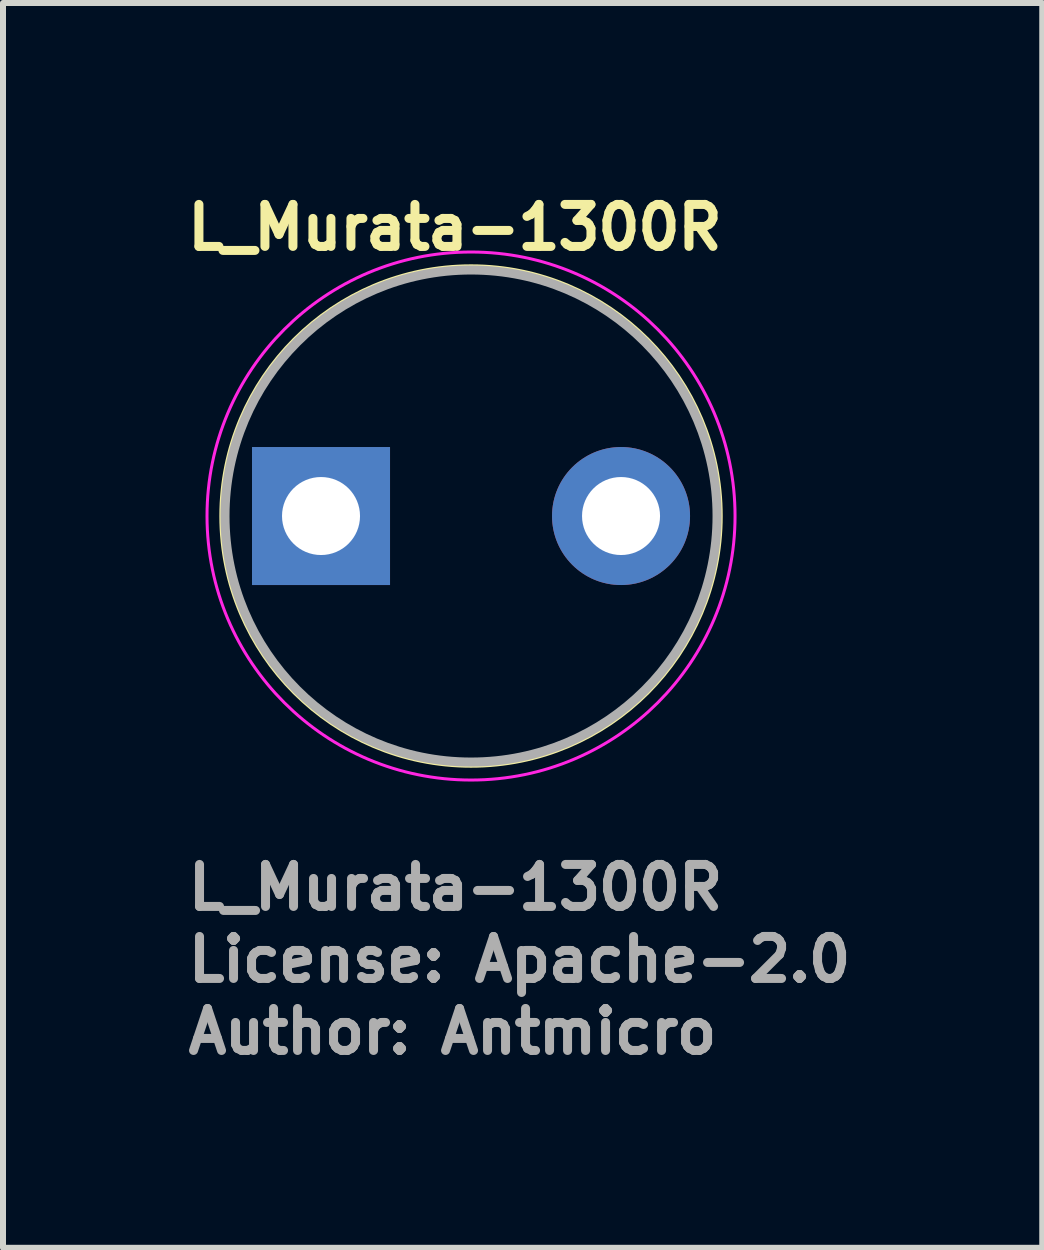
<source format=kicad_pcb>
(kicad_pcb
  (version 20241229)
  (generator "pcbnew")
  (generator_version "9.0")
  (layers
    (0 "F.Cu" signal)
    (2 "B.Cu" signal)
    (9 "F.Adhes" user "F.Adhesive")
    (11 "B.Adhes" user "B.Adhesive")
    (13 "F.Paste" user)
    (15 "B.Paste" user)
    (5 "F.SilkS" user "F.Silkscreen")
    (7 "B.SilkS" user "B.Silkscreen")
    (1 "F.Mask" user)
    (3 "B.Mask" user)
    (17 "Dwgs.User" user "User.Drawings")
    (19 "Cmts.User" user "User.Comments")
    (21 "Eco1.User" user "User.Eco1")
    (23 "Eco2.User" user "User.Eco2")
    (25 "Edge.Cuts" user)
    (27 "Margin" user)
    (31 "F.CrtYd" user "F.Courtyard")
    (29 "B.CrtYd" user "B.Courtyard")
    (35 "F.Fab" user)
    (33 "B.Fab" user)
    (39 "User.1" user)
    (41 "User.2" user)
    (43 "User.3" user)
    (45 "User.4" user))
  (footprint "L_Murata-1300R"
    (layer "F.Cu")
    (at 4.8 5.55)
    (property "Reference" "L_Murata-1300R" (at -4.8 -4.4 0) (layer "F.SilkS") (effects (font (size 0.7 0.7) (thickness 0.15)) (justify left bottom)))
    (attr through_hole)
    (fp_circle (center 0 0) (end 4.1 -0.4) (stroke (width 0.15) (type solid)) (fill no) (layer "F.SilkS"))
    (fp_circle (center 0 0) (end 4.4 0) (stroke (width 0.05) (type solid)) (fill no) (layer "F.CrtYd"))
    (fp_circle (center 0 0) (end 4.1 0) (stroke (width 0.15) (type solid)) (fill no) (layer "F.Fab"))
    (fp_line (start -4.1 0) (end -4.1 0) (stroke (width 0.02) (type solid)) (layer "User.9"))
    (fp_line (start -4.1 0) (end -4.094 0.21) (stroke (width 0.02) (type solid)) (layer "User.9"))
    (fp_line (start -4.094 -0.21) (end -4.1 0) (stroke (width 0.02) (type solid)) (layer "User.9"))
    (fp_line (start -4.094 0.21) (end -4.078 0.419) (stroke (width 0.02) (type solid)) (layer "User.9"))
    (fp_line (start -4.078 -0.419) (end -4.094 -0.21) (stroke (width 0.02) (type solid)) (layer "User.9"))
    (fp_line (start -4.078 0.419) (end -4.052 0.624) (stroke (width 0.02) (type solid)) (layer "User.9"))
    (fp_line (start -4.052 -0.624) (end -4.078 -0.419) (stroke (width 0.02) (type solid)) (layer "User.9"))
    (fp_line (start -4.052 0.624) (end -4.016 0.826) (stroke (width 0.02) (type solid)) (layer "User.9"))
    (fp_line (start -4.016 -0.826) (end -4.052 -0.624) (stroke (width 0.02) (type solid)) (layer "User.9"))
    (fp_line (start -4.016 0.826) (end -3.97 1.024) (stroke (width 0.02) (type solid)) (layer "User.9"))
    (fp_line (start -3.97 -1.024) (end -4.016 -0.826) (stroke (width 0.02) (type solid)) (layer "User.9"))
    (fp_line (start -3.97 1.024) (end -3.915 1.219) (stroke (width 0.02) (type solid)) (layer "User.9"))
    (fp_line (start -3.915 -1.219) (end -3.97 -1.024) (stroke (width 0.02) (type solid)) (layer "User.9"))
    (fp_line (start -3.915 1.219) (end -3.851 1.409) (stroke (width 0.02) (type solid)) (layer "User.9"))
    (fp_line (start -3.851 -1.409) (end -3.915 -1.219) (stroke (width 0.02) (type solid)) (layer "User.9"))
    (fp_line (start -3.851 1.409) (end -3.777 1.595) (stroke (width 0.02) (type solid)) (layer "User.9"))
    (fp_line (start -3.777 -1.595) (end -3.851 -1.409) (stroke (width 0.02) (type solid)) (layer "User.9"))
    (fp_line (start -3.777 1.595) (end -3.695 1.777) (stroke (width 0.02) (type solid)) (layer "User.9"))
    (fp_line (start -3.695 -1.777) (end -3.777 -1.595) (stroke (width 0.02) (type solid)) (layer "User.9"))
    (fp_line (start -3.695 1.777) (end -3.605 1.954) (stroke (width 0.02) (type solid)) (layer "User.9"))
    (fp_line (start -3.605 -1.954) (end -3.695 -1.777) (stroke (width 0.02) (type solid)) (layer "User.9"))
    (fp_line (start -3.605 1.954) (end -3.506 2.125) (stroke (width 0.02) (type solid)) (layer "User.9"))
    (fp_line (start -3.506 -2.125) (end -3.605 -1.954) (stroke (width 0.02) (type solid)) (layer "User.9"))
    (fp_line (start -3.506 2.125) (end -3.399 2.292) (stroke (width 0.02) (type solid)) (layer "User.9"))
    (fp_line (start -3.482 0) (end -3.482 0) (stroke (width 0.02) (type solid)) (layer "User.9"))
    (fp_line (start -3.482 0) (end -3.478 0.179) (stroke (width 0.02) (type solid)) (layer "User.9"))
    (fp_line (start -3.478 -0.179) (end -3.482 0) (stroke (width 0.02) (type solid)) (layer "User.9"))
    (fp_line (start -3.478 0.179) (end -3.464 0.356) (stroke (width 0.02) (type solid)) (layer "User.9"))
    (fp_line (start -3.464 -0.356) (end -3.478 -0.179) (stroke (width 0.02) (type solid)) (layer "User.9"))
    (fp_line (start -3.464 0.356) (end -3.442 0.53) (stroke (width 0.02) (type solid)) (layer "User.9"))
    (fp_line (start -3.442 -0.53) (end -3.464 -0.356) (stroke (width 0.02) (type solid)) (layer "User.9"))
    (fp_line (start -3.442 0.53) (end -3.412 0.701) (stroke (width 0.02) (type solid)) (layer "User.9"))
    (fp_line (start -3.412 -0.701) (end -3.442 -0.53) (stroke (width 0.02) (type solid)) (layer "User.9"))
    (fp_line (start -3.412 0.701) (end -3.373 0.87) (stroke (width 0.02) (type solid)) (layer "User.9"))
    (fp_line (start -3.399 -2.292) (end -3.506 -2.125) (stroke (width 0.02) (type solid)) (layer "User.9"))
    (fp_line (start -3.399 2.292) (end -3.285 2.453) (stroke (width 0.02) (type solid)) (layer "User.9"))
    (fp_line (start -3.373 -0.87) (end -3.412 -0.701) (stroke (width 0.02) (type solid)) (layer "User.9"))
    (fp_line (start -3.373 0.87) (end -3.326 1.035) (stroke (width 0.02) (type solid)) (layer "User.9"))
    (fp_line (start -3.326 -1.035) (end -3.373 -0.87) (stroke (width 0.02) (type solid)) (layer "User.9"))
    (fp_line (start -3.326 1.035) (end -3.271 1.197) (stroke (width 0.02) (type solid)) (layer "User.9"))
    (fp_line (start -3.285 -2.453) (end -3.399 -2.292) (stroke (width 0.02) (type solid)) (layer "User.9"))
    (fp_line (start -3.285 2.453) (end -3.163 2.607) (stroke (width 0.02) (type solid)) (layer "User.9"))
    (fp_line (start -3.271 -1.197) (end -3.326 -1.035) (stroke (width 0.02) (type solid)) (layer "User.9"))
    (fp_line (start -3.271 1.197) (end -3.209 1.355) (stroke (width 0.02) (type solid)) (layer "User.9"))
    (fp_line (start -3.25 0) (end -3.25 0) (stroke (width 0.02) (type solid)) (layer "User.9"))
    (fp_line (start -3.25 0) (end -3.245 0.167) (stroke (width 0.02) (type solid)) (layer "User.9"))
    (fp_line (start -3.245 -0.167) (end -3.25 0) (stroke (width 0.02) (type solid)) (layer "User.9"))
    (fp_line (start -3.245 0.167) (end -3.233 0.332) (stroke (width 0.02) (type solid)) (layer "User.9"))
    (fp_line (start -3.233 -0.332) (end -3.245 -0.167) (stroke (width 0.02) (type solid)) (layer "User.9"))
    (fp_line (start -3.233 0.332) (end -3.212 0.494) (stroke (width 0.02) (type solid)) (layer "User.9"))
    (fp_line (start -3.212 -0.494) (end -3.233 -0.332) (stroke (width 0.02) (type solid)) (layer "User.9"))
    (fp_line (start -3.212 0.494) (end -3.183 0.654) (stroke (width 0.02) (type solid)) (layer "User.9"))
    (fp_line (start -3.209 -1.355) (end -3.271 -1.197) (stroke (width 0.02) (type solid)) (layer "User.9"))
    (fp_line (start -3.209 1.355) (end -3.139 1.509) (stroke (width 0.02) (type solid)) (layer "User.9"))
    (fp_line (start -3.183 -0.654) (end -3.212 -0.494) (stroke (width 0.02) (type solid)) (layer "User.9"))
    (fp_line (start -3.183 0.654) (end -3.147 0.812) (stroke (width 0.02) (type solid)) (layer "User.9"))
    (fp_line (start -3.163 -2.607) (end -3.285 -2.453) (stroke (width 0.02) (type solid)) (layer "User.9"))
    (fp_line (start -3.163 2.607) (end -3.034 2.756) (stroke (width 0.02) (type solid)) (layer "User.9"))
    (fp_line (start -3.147 -0.812) (end -3.183 -0.654) (stroke (width 0.02) (type solid)) (layer "User.9"))
    (fp_line (start -3.147 0.812) (end -3.103 0.966) (stroke (width 0.02) (type solid)) (layer "User.9"))
    (fp_line (start -3.139 -1.509) (end -3.209 -1.355) (stroke (width 0.02) (type solid)) (layer "User.9"))
    (fp_line (start -3.139 1.509) (end -3.062 1.66) (stroke (width 0.02) (type solid)) (layer "User.9"))
    (fp_line (start -3.103 -0.966) (end -3.147 -0.812) (stroke (width 0.02) (type solid)) (layer "User.9"))
    (fp_line (start -3.103 0.966) (end -3.052 1.117) (stroke (width 0.02) (type solid)) (layer "User.9"))
    (fp_line (start -3.062 -1.66) (end -3.139 -1.509) (stroke (width 0.02) (type solid)) (layer "User.9"))
    (fp_line (start -3.062 1.66) (end -2.978 1.805) (stroke (width 0.02) (type solid)) (layer "User.9"))
    (fp_line (start -3.052 -1.117) (end -3.103 -0.966) (stroke (width 0.02) (type solid)) (layer "User.9"))
    (fp_line (start -3.052 1.117) (end -2.994 1.265) (stroke (width 0.02) (type solid)) (layer "User.9"))
    (fp_line (start -3.034 -2.756) (end -3.163 -2.607) (stroke (width 0.02) (type solid)) (layer "User.9"))
    (fp_line (start -3.034 2.756) (end -2.899 2.899) (stroke (width 0.02) (type solid)) (layer "User.9"))
    (fp_line (start -2.994 -1.265) (end -3.052 -1.117) (stroke (width 0.02) (type solid)) (layer "User.9"))
    (fp_line (start -2.994 1.265) (end -2.929 1.409) (stroke (width 0.02) (type solid)) (layer "User.9"))
    (fp_line (start -2.978 -1.805) (end -3.062 -1.66) (stroke (width 0.02) (type solid)) (layer "User.9"))
    (fp_line (start -2.978 1.805) (end -2.888 1.947) (stroke (width 0.02) (type solid)) (layer "User.9"))
    (fp_line (start -2.932 -1.4) (end -2.913 -1.401) (stroke (width 0.02) (type solid)) (layer "User.9"))
    (fp_line (start -2.929 -1.409) (end -2.994 -1.265) (stroke (width 0.02) (type solid)) (layer "User.9"))
    (fp_line (start -2.929 1.409) (end -2.857 1.549) (stroke (width 0.02) (type solid)) (layer "User.9"))
    (fp_line (start -2.913 -1.401) (end -2.894 -1.404) (stroke (width 0.02) (type solid)) (layer "User.9"))
    (fp_line (start -2.899 -2.899) (end -3.034 -2.756) (stroke (width 0.02) (type solid)) (layer "User.9"))
    (fp_line (start -2.899 2.899) (end -2.756 3.034) (stroke (width 0.02) (type solid)) (layer "User.9"))
    (fp_line (start -2.894 -1.404) (end -2.876 -1.407) (stroke (width 0.02) (type solid)) (layer "User.9"))
    (fp_line (start -2.888 -1.947) (end -2.978 -1.805) (stroke (width 0.02) (type solid)) (layer "User.9"))
    (fp_line (start -2.888 1.947) (end -2.79 2.083) (stroke (width 0.02) (type solid)) (layer "User.9"))
    (fp_line (start -2.876 -1.407) (end -2.857 -1.412) (stroke (width 0.02) (type solid)) (layer "User.9"))
    (fp_line (start -2.874 -1.515) (end -2.874 -1.515) (stroke (width 0.02) (type solid)) (layer "User.9"))
    (fp_line (start -2.874 -1.515) (end -2.874 -1.515) (stroke (width 0.02) (type solid)) (layer "User.9"))
    (fp_line (start -2.873 -1.514) (end -2.874 -1.515) (stroke (width 0.02) (type solid)) (layer "User.9"))
    (fp_line (start -2.873 -1.514) (end -2.874 -1.515) (stroke (width 0.02) (type solid)) (layer "User.9"))
    (fp_line (start -2.873 -1.514) (end -2.873 -1.514) (stroke (width 0.02) (type solid)) (layer "User.9"))
    (fp_line (start -2.873 -1.514) (end -2.873 -1.514) (stroke (width 0.02) (type solid)) (layer "User.9"))
    (fp_line (start -2.872 -1.514) (end -2.873 -1.514) (stroke (width 0.02) (type solid)) (layer "User.9"))
    (fp_line (start -2.872 -1.514) (end -2.873 -1.514) (stroke (width 0.02) (type solid)) (layer "User.9"))
    (fp_line (start -2.865 -1.51) (end -2.872 -1.514) (stroke (width 0.02) (type solid)) (layer "User.9"))
    (fp_line (start -2.857 -1.549) (end -2.929 -1.409) (stroke (width 0.02) (type solid)) (layer "User.9"))
    (fp_line (start -2.857 -1.506) (end -2.865 -1.51) (stroke (width 0.02) (type solid)) (layer "User.9"))
    (fp_line (start -2.857 -1.412) (end -2.84 -1.418) (stroke (width 0.02) (type solid)) (layer "User.9"))
    (fp_line (start -2.857 1.549) (end -2.779 1.685) (stroke (width 0.02) (type solid)) (layer "User.9"))
    (fp_line (start -2.85 -1.503) (end -2.857 -1.506) (stroke (width 0.02) (type solid)) (layer "User.9"))
    (fp_line (start -2.842 -1.501) (end -2.85 -1.503) (stroke (width 0.02) (type solid)) (layer "User.9"))
    (fp_line (start -2.84 -1.418) (end -2.822 -1.425) (stroke (width 0.02) (type solid)) (layer "User.9"))
    (fp_line (start -2.834 -1.499) (end -2.842 -1.501) (stroke (width 0.02) (type solid)) (layer "User.9"))
    (fp_line (start -2.826 -1.498) (end -2.834 -1.499) (stroke (width 0.02) (type solid)) (layer "User.9"))
    (fp_line (start -2.822 -1.425) (end -2.805 -1.433) (stroke (width 0.02) (type solid)) (layer "User.9"))
    (fp_line (start -2.818 -1.497) (end -2.826 -1.498) (stroke (width 0.02) (type solid)) (layer "User.9"))
    (fp_line (start -2.81 -1.497) (end -2.818 -1.497) (stroke (width 0.02) (type solid)) (layer "User.9"))
    (fp_line (start -2.805 -1.433) (end -2.789 -1.443) (stroke (width 0.02) (type solid)) (layer "User.9"))
    (fp_line (start -2.801 -1.497) (end -2.81 -1.497) (stroke (width 0.02) (type solid)) (layer "User.9"))
    (fp_line (start -2.793 -1.498) (end -2.801 -1.497) (stroke (width 0.02) (type solid)) (layer "User.9"))
    (fp_line (start -2.79 -2.083) (end -2.888 -1.947) (stroke (width 0.02) (type solid)) (layer "User.9"))
    (fp_line (start -2.79 2.083) (end -2.687 2.215) (stroke (width 0.02) (type solid)) (layer "User.9"))
    (fp_line (start -2.789 -1.443) (end -2.773 -1.453) (stroke (width 0.02) (type solid)) (layer "User.9"))
    (fp_line (start -2.785 -1.499) (end -2.793 -1.498) (stroke (width 0.02) (type solid)) (layer "User.9"))
    (fp_line (start -2.779 -1.685) (end -2.857 -1.549) (stroke (width 0.02) (type solid)) (layer "User.9"))
    (fp_line (start -2.779 1.685) (end -2.694 1.817) (stroke (width 0.02) (type solid)) (layer "User.9"))
    (fp_line (start -2.777 -1.501) (end -2.785 -1.499) (stroke (width 0.02) (type solid)) (layer "User.9"))
    (fp_line (start -2.773 -1.453) (end -2.758 -1.464) (stroke (width 0.02) (type solid)) (layer "User.9"))
    (fp_line (start -2.77 -1.455) (end -2.872 -1.514) (stroke (width 0.02) (type solid)) (layer "User.9"))
    (fp_line (start -2.769 -1.503) (end -2.777 -1.501) (stroke (width 0.02) (type solid)) (layer "User.9"))
    (fp_line (start -2.762 -1.506) (end -2.769 -1.503) (stroke (width 0.02) (type solid)) (layer "User.9"))
    (fp_line (start -2.758 -1.464) (end -2.744 -1.476) (stroke (width 0.02) (type solid)) (layer "User.9"))
    (fp_line (start -2.756 -3.034) (end -2.899 -2.899) (stroke (width 0.02) (type solid)) (layer "User.9"))
    (fp_line (start -2.756 3.034) (end -2.607 3.163) (stroke (width 0.02) (type solid)) (layer "User.9"))
    (fp_line (start -2.754 -1.509) (end -2.762 -1.506) (stroke (width 0.02) (type solid)) (layer "User.9"))
    (fp_line (start -2.75 -1.732) (end -2.749 -1.731) (stroke (width 0.02) (type solid)) (layer "User.9"))
    (fp_line (start -2.75 -1.732) (end -2.749 -1.731) (stroke (width 0.02) (type solid)) (layer "User.9"))
    (fp_line (start -2.749 -1.731) (end -2.748 -1.731) (stroke (width 0.02) (type solid)) (layer "User.9"))
    (fp_line (start -2.749 -1.731) (end -2.748 -1.731) (stroke (width 0.02) (type solid)) (layer "User.9"))
    (fp_line (start -2.748 -1.731) (end -2.748 -1.731) (stroke (width 0.02) (type solid)) (layer "User.9"))
    (fp_line (start -2.748 -1.731) (end -2.748 -1.731) (stroke (width 0.02) (type solid)) (layer "User.9"))
    (fp_line (start -2.748 -1.731) (end -2.747 -1.73) (stroke (width 0.02) (type solid)) (layer "User.9"))
    (fp_line (start -2.748 -1.731) (end -2.747 -1.73) (stroke (width 0.02) (type solid)) (layer "User.9"))
    (fp_line (start -2.747 -1.73) (end -2.744 -1.728) (stroke (width 0.02) (type solid)) (layer "User.9"))
    (fp_line (start -2.747 -1.513) (end -2.754 -1.509) (stroke (width 0.02) (type solid)) (layer "User.9"))
    (fp_line (start -2.747 -1.513) (end -2.747 -1.513) (stroke (width 0.02) (type solid)) (layer "User.9"))
    (fp_line (start -2.744 -1.728) (end -2.74 -1.726) (stroke (width 0.02) (type solid)) (layer "User.9"))
    (fp_line (start -2.744 -1.476) (end -2.73 -1.489) (stroke (width 0.02) (type solid)) (layer "User.9"))
    (fp_line (start -2.74 -1.726) (end -2.737 -1.724) (stroke (width 0.02) (type solid)) (layer "User.9"))
    (fp_line (start -2.74 -1.518) (end -2.747 -1.513) (stroke (width 0.02) (type solid)) (layer "User.9"))
    (fp_line (start -2.737 -1.724) (end -2.733 -1.721) (stroke (width 0.02) (type solid)) (layer "User.9"))
    (fp_line (start -2.733 -1.721) (end -2.73 -1.719) (stroke (width 0.02) (type solid)) (layer "User.9"))
    (fp_line (start -2.733 -1.522) (end -2.74 -1.518) (stroke (width 0.02) (type solid)) (layer "User.9"))
    (fp_line (start -2.73 -1.719) (end -2.727 -1.716) (stroke (width 0.02) (type solid)) (layer "User.9"))
    (fp_line (start -2.73 -1.489) (end -2.717 -1.503) (stroke (width 0.02) (type solid)) (layer "User.9"))
    (fp_line (start -2.727 -1.716) (end -2.724 -1.713) (stroke (width 0.02) (type solid)) (layer "User.9"))
    (fp_line (start -2.727 -1.528) (end -2.733 -1.522) (stroke (width 0.02) (type solid)) (layer "User.9"))
    (fp_line (start -2.724 -1.713) (end -2.721 -1.71) (stroke (width 0.02) (type solid)) (layer "User.9"))
    (fp_line (start -2.721 -1.71) (end -2.718 -1.707) (stroke (width 0.02) (type solid)) (layer "User.9"))
    (fp_line (start -2.721 -1.533) (end -2.727 -1.528) (stroke (width 0.02) (type solid)) (layer "User.9"))
    (fp_line (start -2.718 -1.707) (end -2.715 -1.704) (stroke (width 0.02) (type solid)) (layer "User.9"))
    (fp_line (start -2.717 -1.503) (end -2.705 -1.518) (stroke (width 0.02) (type solid)) (layer "User.9"))
    (fp_line (start -2.715 -1.704) (end -2.713 -1.701) (stroke (width 0.02) (type solid)) (layer "User.9"))
    (fp_line (start -2.715 -1.539) (end -2.721 -1.533) (stroke (width 0.02) (type solid)) (layer "User.9"))
    (fp_line (start -2.713 -1.701) (end -2.71 -1.698) (stroke (width 0.02) (type solid)) (layer "User.9"))
    (fp_line (start -2.71 -1.698) (end -2.708 -1.695) (stroke (width 0.02) (type solid)) (layer "User.9"))
    (fp_line (start -2.71 -1.546) (end -2.715 -1.539) (stroke (width 0.02) (type solid)) (layer "User.9"))
    (fp_line (start -2.708 -1.695) (end -2.705 -1.691) (stroke (width 0.02) (type solid)) (layer "User.9"))
    (fp_line (start -2.705 -1.691) (end -2.703 -1.688) (stroke (width 0.02) (type solid)) (layer "User.9"))
    (fp_line (start -2.705 -1.552) (end -2.71 -1.546) (stroke (width 0.02) (type solid)) (layer "User.9"))
    (fp_line (start -2.705 -1.518) (end -2.694 -1.533) (stroke (width 0.02) (type solid)) (layer "User.9"))
    (fp_line (start -2.703 -1.688) (end -2.701 -1.685) (stroke (width 0.02) (type solid)) (layer "User.9"))
    (fp_line (start -2.701 -1.685) (end -2.699 -1.681) (stroke (width 0.02) (type solid)) (layer "User.9"))
    (fp_line (start -2.701 -1.559) (end -2.705 -1.552) (stroke (width 0.02) (type solid)) (layer "User.9"))
    (fp_line (start -2.699 -1.681) (end -2.697 -1.677) (stroke (width 0.02) (type solid)) (layer "User.9"))
    (fp_line (start -2.697 -1.677) (end -2.695 -1.674) (stroke (width 0.02) (type solid)) (layer "User.9"))
    (fp_line (start -2.697 -1.566) (end -2.701 -1.559) (stroke (width 0.02) (type solid)) (layer "User.9"))
    (fp_line (start -2.695 -1.674) (end -2.694 -1.67) (stroke (width 0.02) (type solid)) (layer "User.9"))
    (fp_line (start -2.694 -1.817) (end -2.779 -1.685) (stroke (width 0.02) (type solid)) (layer "User.9"))
    (fp_line (start -2.694 -1.67) (end -2.692 -1.666) (stroke (width 0.02) (type solid)) (layer "User.9"))
    (fp_line (start -2.694 -1.574) (end -2.697 -1.566) (stroke (width 0.02) (type solid)) (layer "User.9"))
    (fp_line (start -2.694 -1.533) (end -2.684 -1.55) (stroke (width 0.02) (type solid)) (layer "User.9"))
    (fp_line (start -2.694 1.817) (end -2.604 1.944) (stroke (width 0.02) (type solid)) (layer "User.9"))
    (fp_line (start -2.692 -1.666) (end -2.691 -1.662) (stroke (width 0.02) (type solid)) (layer "User.9"))
    (fp_line (start -2.691 -1.662) (end -2.69 -1.659) (stroke (width 0.02) (type solid)) (layer "User.9"))
    (fp_line (start -2.691 -1.581) (end -2.694 -1.574) (stroke (width 0.02) (type solid)) (layer "User.9"))
    (fp_line (start -2.69 -1.659) (end -2.688 -1.655) (stroke (width 0.02) (type solid)) (layer "User.9"))
    (fp_line (start -2.688 -1.655) (end -2.687 -1.651) (stroke (width 0.02) (type solid)) (layer "User.9"))
    (fp_line (start -2.688 -1.589) (end -2.691 -1.581) (stroke (width 0.02) (type solid)) (layer "User.9"))
    (fp_line (start -2.687 -2.215) (end -2.79 -2.083) (stroke (width 0.02) (type solid)) (layer "User.9"))
    (fp_line (start -2.687 -1.651) (end -2.687 -1.647) (stroke (width 0.02) (type solid)) (layer "User.9"))
    (fp_line (start -2.687 -1.647) (end -2.686 -1.643) (stroke (width 0.02) (type solid)) (layer "User.9"))
    (fp_line (start -2.687 2.215) (end -2.578 2.341) (stroke (width 0.02) (type solid)) (layer "User.9"))
    (fp_line (start -2.686 -1.643) (end -2.685 -1.638) (stroke (width 0.02) (type solid)) (layer "User.9"))
    (fp_line (start -2.686 -1.597) (end -2.688 -1.589) (stroke (width 0.02) (type solid)) (layer "User.9"))
    (fp_line (start -2.685 -1.638) (end -2.685 -1.634) (stroke (width 0.02) (type solid)) (layer "User.9"))
    (fp_line (start -2.685 -1.634) (end -2.684 -1.63) (stroke (width 0.02) (type solid)) (layer "User.9"))
    (fp_line (start -2.685 -1.605) (end -2.686 -1.597) (stroke (width 0.02) (type solid)) (layer "User.9"))
    (fp_line (start -2.684 -1.63) (end -2.684 -1.626) (stroke (width 0.02) (type solid)) (layer "User.9"))
    (fp_line (start -2.684 -1.626) (end -2.684 -1.622) (stroke (width 0.02) (type solid)) (layer "User.9"))
    (fp_line (start -2.684 -1.622) (end -2.684 -1.622) (stroke (width 0.02) (type solid)) (layer "User.9"))
    (fp_line (start -2.684 -1.622) (end -2.684 -1.613) (stroke (width 0.02) (type solid)) (layer "User.9"))
    (fp_line (start -2.684 -1.613) (end -2.685 -1.605) (stroke (width 0.02) (type solid)) (layer "User.9"))
    (fp_line (start -2.684 -1.55) (end -2.684 -1.55) (stroke (width 0.02) (type solid)) (layer "User.9"))
    (fp_line (start -2.684 -1.55) (end -2.675 -1.566) (stroke (width 0.02) (type solid)) (layer "User.9"))
    (fp_line (start -2.675 -1.566) (end -2.667 -1.584) (stroke (width 0.02) (type solid)) (layer "User.9"))
    (fp_line (start -2.67 -1.822) (end -2.679 -1.839) (stroke (width 0.02) (type solid)) (layer "User.9"))
    (fp_line (start -2.667 -1.584) (end -2.66 -1.602) (stroke (width 0.02) (type solid)) (layer "User.9"))
    (fp_line (start -2.663 -1.804) (end -2.67 -1.822) (stroke (width 0.02) (type solid)) (layer "User.9"))
    (fp_line (start -2.66 -1.602) (end -2.655 -1.62) (stroke (width 0.02) (type solid)) (layer "User.9"))
    (fp_line (start -2.657 -1.786) (end -2.663 -1.804) (stroke (width 0.02) (type solid)) (layer "User.9"))
    (fp_line (start -2.655 -1.62) (end -2.65 -1.638) (stroke (width 0.02) (type solid)) (layer "User.9"))
    (fp_line (start -2.652 -1.768) (end -2.657 -1.786) (stroke (width 0.02) (type solid)) (layer "User.9"))
    (fp_line (start -2.65 -1.638) (end -2.647 -1.656) (stroke (width 0.02) (type solid)) (layer "User.9"))
    (fp_line (start -2.648 -1.75) (end -2.652 -1.768) (stroke (width 0.02) (type solid)) (layer "User.9"))
    (fp_line (start -2.647 -1.656) (end -2.645 -1.675) (stroke (width 0.02) (type solid)) (layer "User.9"))
    (fp_line (start -2.646 -1.731) (end -2.648 -1.75) (stroke (width 0.02) (type solid)) (layer "User.9"))
    (fp_line (start -2.645 -1.675) (end -2.644 -1.694) (stroke (width 0.02) (type solid)) (layer "User.9"))
    (fp_line (start -2.645 -1.671) (end -2.747 -1.73) (stroke (width 0.02) (type solid)) (layer "User.9"))
    (fp_line (start -2.644 -1.712) (end -2.646 -1.731) (stroke (width 0.02) (type solid)) (layer "User.9"))
    (fp_line (start -2.644 -1.694) (end -2.644 -1.712) (stroke (width 0.02) (type solid)) (layer "User.9"))
    (fp_line (start -2.607 -3.163) (end -2.756 -3.034) (stroke (width 0.02) (type solid)) (layer "User.9"))
    (fp_line (start -2.607 3.163) (end -2.453 3.285) (stroke (width 0.02) (type solid)) (layer "User.9"))
    (fp_line (start -2.604 -1.944) (end -2.694 -1.817) (stroke (width 0.02) (type solid)) (layer "User.9"))
    (fp_line (start -2.604 1.944) (end -2.507 2.067) (stroke (width 0.02) (type solid)) (layer "User.9"))
    (fp_line (start -2.578 -2.341) (end -2.687 -2.215) (stroke (width 0.02) (type solid)) (layer "User.9"))
    (fp_line (start -2.578 2.341) (end -2.462 2.462) (stroke (width 0.02) (type solid)) (layer "User.9"))
    (fp_line (start -2.507 -2.067) (end -2.604 -1.944) (stroke (width 0.02) (type solid)) (layer "User.9"))
    (fp_line (start -2.507 2.067) (end -2.405 2.185) (stroke (width 0.02) (type solid)) (layer "User.9"))
    (fp_line (start -2.506 0.618) (end -2.506 -0.365) (stroke (width 0.02) (type solid)) (layer "User.9"))
    (fp_line (start -2.462 -2.462) (end -2.578 -2.341) (stroke (width 0.02) (type solid)) (layer "User.9"))
    (fp_line (start -2.462 2.462) (end -2.341 2.578) (stroke (width 0.02) (type solid)) (layer "User.9"))
    (fp_line (start -2.453 -3.285) (end -2.607 -3.163) (stroke (width 0.02) (type solid)) (layer "User.9"))
    (fp_line (start -2.453 3.285) (end -2.292 3.399) (stroke (width 0.02) (type solid)) (layer "User.9"))
    (fp_line (start -2.405 -2.185) (end -2.507 -2.067) (stroke (width 0.02) (type solid)) (layer "User.9"))
    (fp_line (start -2.405 2.185) (end -2.298 2.298) (stroke (width 0.02) (type solid)) (layer "User.9"))
    (fp_line (start -2.341 -2.578) (end -2.462 -2.462) (stroke (width 0.02) (type solid)) (layer "User.9"))
    (fp_line (start -2.341 2.578) (end -2.215 2.687) (stroke (width 0.02) (type solid)) (layer "User.9"))
    (fp_line (start -2.298 -2.298) (end -2.405 -2.185) (stroke (width 0.02) (type solid)) (layer "User.9"))
    (fp_line (start -2.298 2.298) (end -2.185 2.405) (stroke (width 0.02) (type solid)) (layer "User.9"))
    (fp_line (start -2.292 -3.399) (end -2.453 -3.285) (stroke (width 0.02) (type solid)) (layer "User.9"))
    (fp_line (start -2.292 3.399) (end -2.125 3.506) (stroke (width 0.02) (type solid)) (layer "User.9"))
    (fp_line (start -2.215 -2.687) (end -2.341 -2.578) (stroke (width 0.02) (type solid)) (layer "User.9"))
    (fp_line (start -2.215 2.687) (end -2.083 2.79) (stroke (width 0.02) (type solid)) (layer "User.9"))
    (fp_line (start -2.185 -2.405) (end -2.298 -2.298) (stroke (width 0.02) (type solid)) (layer "User.9"))
    (fp_line (start -2.185 2.405) (end -2.067 2.507) (stroke (width 0.02) (type solid)) (layer "User.9"))
    (fp_line (start -2.125 -3.506) (end -2.292 -3.399) (stroke (width 0.02) (type solid)) (layer "User.9"))
    (fp_line (start -2.125 3.506) (end -1.954 3.605) (stroke (width 0.02) (type solid)) (layer "User.9"))
    (fp_line (start -2.083 -2.79) (end -2.215 -2.687) (stroke (width 0.02) (type solid)) (layer "User.9"))
    (fp_line (start -2.083 2.79) (end -1.947 2.888) (stroke (width 0.02) (type solid)) (layer "User.9"))
    (fp_line (start -2.067 -2.507) (end -2.185 -2.405) (stroke (width 0.02) (type solid)) (layer "User.9"))
    (fp_line (start -2.067 2.507) (end -1.944 2.604) (stroke (width 0.02) (type solid)) (layer "User.9"))
    (fp_line (start -1.954 -3.605) (end -2.125 -3.506) (stroke (width 0.02) (type solid)) (layer "User.9"))
    (fp_line (start -1.954 3.605) (end -1.777 3.695) (stroke (width 0.02) (type solid)) (layer "User.9"))
    (fp_line (start -1.947 -2.888) (end -2.083 -2.79) (stroke (width 0.02) (type solid)) (layer "User.9"))
    (fp_line (start -1.947 2.888) (end -1.805 2.978) (stroke (width 0.02) (type solid)) (layer "User.9"))
    (fp_line (start -1.944 -2.604) (end -2.067 -2.507) (stroke (width 0.02) (type solid)) (layer "User.9"))
    (fp_line (start -1.944 2.604) (end -1.817 2.694) (stroke (width 0.02) (type solid)) (layer "User.9"))
    (fp_line (start -1.817 -2.694) (end -1.944 -2.604) (stroke (width 0.02) (type solid)) (layer "User.9"))
    (fp_line (start -1.817 2.694) (end -1.685 2.779) (stroke (width 0.02) (type solid)) (layer "User.9"))
    (fp_line (start -1.805 -2.978) (end -1.947 -2.888) (stroke (width 0.02) (type solid)) (layer "User.9"))
    (fp_line (start -1.805 2.978) (end -1.66 3.062) (stroke (width 0.02) (type solid)) (layer "User.9"))
    (fp_line (start -1.777 -3.695) (end -1.954 -3.605) (stroke (width 0.02) (type solid)) (layer "User.9"))
    (fp_line (start -1.777 3.695) (end -1.595 3.777) (stroke (width 0.02) (type solid)) (layer "User.9"))
    (fp_line (start -1.685 -2.779) (end -1.817 -2.694) (stroke (width 0.02) (type solid)) (layer "User.9"))
    (fp_line (start -1.685 2.779) (end -1.549 2.857) (stroke (width 0.02) (type solid)) (layer "User.9"))
    (fp_line (start -1.66 -3.062) (end -1.805 -2.978) (stroke (width 0.02) (type solid)) (layer "User.9"))
    (fp_line (start -1.66 3.062) (end -1.509 3.139) (stroke (width 0.02) (type solid)) (layer "User.9"))
    (fp_line (start -1.595 -3.777) (end -1.777 -3.695) (stroke (width 0.02) (type solid)) (layer "User.9"))
    (fp_line (start -1.595 3.777) (end -1.409 3.851) (stroke (width 0.02) (type solid)) (layer "User.9"))
    (fp_line (start -1.549 -2.857) (end -1.685 -2.779) (stroke (width 0.02) (type solid)) (layer "User.9"))
    (fp_line (start -1.549 2.857) (end -1.409 2.929) (stroke (width 0.02) (type solid)) (layer "User.9"))
    (fp_line (start -1.509 -3.139) (end -1.66 -3.062) (stroke (width 0.02) (type solid)) (layer "User.9"))
    (fp_line (start -1.509 3.139) (end -1.355 3.209) (stroke (width 0.02) (type solid)) (layer "User.9"))
    (fp_line (start -1.409 -3.851) (end -1.595 -3.777) (stroke (width 0.02) (type solid)) (layer "User.9"))
    (fp_line (start -1.409 -2.929) (end -1.549 -2.857) (stroke (width 0.02) (type solid)) (layer "User.9"))
    (fp_line (start -1.409 2.929) (end -1.265 2.994) (stroke (width 0.02) (type solid)) (layer "User.9"))
    (fp_line (start -1.409 3.851) (end -1.219 3.915) (stroke (width 0.02) (type solid)) (layer "User.9"))
    (fp_line (start -1.355 -3.209) (end -1.509 -3.139) (stroke (width 0.02) (type solid)) (layer "User.9"))
    (fp_line (start -1.355 3.209) (end -1.197 3.271) (stroke (width 0.02) (type solid)) (layer "User.9"))
    (fp_line (start -1.265 -2.994) (end -1.409 -2.929) (stroke (width 0.02) (type solid)) (layer "User.9"))
    (fp_line (start -1.265 2.994) (end -1.117 3.052) (stroke (width 0.02) (type solid)) (layer "User.9"))
    (fp_line (start -1.219 -3.915) (end -1.409 -3.851) (stroke (width 0.02) (type solid)) (layer "User.9"))
    (fp_line (start -1.219 3.915) (end -1.024 3.97) (stroke (width 0.02) (type solid)) (layer "User.9"))
    (fp_line (start -1.197 -3.271) (end -1.355 -3.209) (stroke (width 0.02) (type solid)) (layer "User.9"))
    (fp_line (start -1.197 3.271) (end -1.035 3.326) (stroke (width 0.02) (type solid)) (layer "User.9"))
    (fp_line (start -1.117 -3.052) (end -1.265 -2.994) (stroke (width 0.02) (type solid)) (layer "User.9"))
    (fp_line (start -1.117 3.052) (end -0.966 3.103) (stroke (width 0.02) (type solid)) (layer "User.9"))
    (fp_line (start -1.035 -3.326) (end -1.197 -3.271) (stroke (width 0.02) (type solid)) (layer "User.9"))
    (fp_line (start -1.035 3.326) (end -0.87 3.373) (stroke (width 0.02) (type solid)) (layer "User.9"))
    (fp_line (start -1.024 -3.97) (end -1.219 -3.915) (stroke (width 0.02) (type solid)) (layer "User.9"))
    (fp_line (start -1.024 3.97) (end -0.826 4.016) (stroke (width 0.02) (type solid)) (layer "User.9"))
    (fp_line (start -0.966 -3.103) (end -1.117 -3.052) (stroke (width 0.02) (type solid)) (layer "User.9"))
    (fp_line (start -0.966 3.103) (end -0.812 3.147) (stroke (width 0.02) (type solid)) (layer "User.9"))
    (fp_line (start -0.87 -3.373) (end -1.035 -3.326) (stroke (width 0.02) (type solid)) (layer "User.9"))
    (fp_line (start -0.87 3.373) (end -0.701 3.412) (stroke (width 0.02) (type solid)) (layer "User.9"))
    (fp_line (start -0.826 -4.016) (end -1.024 -3.97) (stroke (width 0.02) (type solid)) (layer "User.9"))
    (fp_line (start -0.826 4.016) (end -0.624 4.052) (stroke (width 0.02) (type solid)) (layer "User.9"))
    (fp_line (start -0.812 -3.147) (end -0.966 -3.103) (stroke (width 0.02) (type solid)) (layer "User.9"))
    (fp_line (start -0.812 3.147) (end -0.654 3.183) (stroke (width 0.02) (type solid)) (layer "User.9"))
    (fp_line (start -0.701 -3.412) (end -0.87 -3.373) (stroke (width 0.02) (type solid)) (layer "User.9"))
    (fp_line (start -0.701 3.412) (end -0.53 3.442) (stroke (width 0.02) (type solid)) (layer "User.9"))
    (fp_line (start -0.654 -3.183) (end -0.812 -3.147) (stroke (width 0.02) (type solid)) (layer "User.9"))
    (fp_line (start -0.654 3.183) (end -0.494 3.212) (stroke (width 0.02) (type solid)) (layer "User.9"))
    (fp_line (start -0.624 -4.052) (end -0.826 -4.016) (stroke (width 0.02) (type solid)) (layer "User.9"))
    (fp_line (start -0.624 4.052) (end -0.419 4.078) (stroke (width 0.02) (type solid)) (layer "User.9"))
    (fp_line (start -0.53 -3.442) (end -0.701 -3.412) (stroke (width 0.02) (type solid)) (layer "User.9"))
    (fp_line (start -0.53 3.442) (end -0.356 3.464) (stroke (width 0.02) (type solid)) (layer "User.9"))
    (fp_line (start -0.494 -3.212) (end -0.654 -3.183) (stroke (width 0.02) (type solid)) (layer "User.9"))
    (fp_line (start -0.494 3.212) (end -0.332 3.233) (stroke (width 0.02) (type solid)) (layer "User.9"))
    (fp_line (start -0.419 -4.078) (end -0.624 -4.052) (stroke (width 0.02) (type solid)) (layer "User.9"))
    (fp_line (start -0.419 4.078) (end -0.21 4.094) (stroke (width 0.02) (type solid)) (layer "User.9"))
    (fp_line (start -0.356 -3.464) (end -0.53 -3.442) (stroke (width 0.02) (type solid)) (layer "User.9"))
    (fp_line (start -0.356 3.464) (end -0.179 3.478) (stroke (width 0.02) (type solid)) (layer "User.9"))
    (fp_line (start -0.332 -3.233) (end -0.494 -3.212) (stroke (width 0.02) (type solid)) (layer "User.9"))
    (fp_line (start -0.332 3.233) (end -0.167 3.245) (stroke (width 0.02) (type solid)) (layer "User.9"))
    (fp_line (start -0.21 -4.094) (end -0.419 -4.078) (stroke (width 0.02) (type solid)) (layer "User.9"))
    (fp_line (start -0.21 4.094) (end 0 4.1) (stroke (width 0.02) (type solid)) (layer "User.9"))
    (fp_line (start -0.179 -3.478) (end -0.356 -3.464) (stroke (width 0.02) (type solid)) (layer "User.9"))
    (fp_line (start -0.179 3.478) (end 0 3.482) (stroke (width 0.02) (type solid)) (layer "User.9"))
    (fp_line (start -0.167 -3.245) (end -0.332 -3.233) (stroke (width 0.02) (type solid)) (layer "User.9"))
    (fp_line (start -0.167 3.245) (end 0 3.25) (stroke (width 0.02) (type solid)) (layer "User.9"))
    (fp_line (start 0 -4.1) (end -0.21 -4.094) (stroke (width 0.02) (type solid)) (layer "User.9"))
    (fp_line (start 0 -4.1) (end 0 -4.1) (stroke (width 0.02) (type solid)) (layer "User.9"))
    (fp_line (start 0 -3.482) (end -0.179 -3.478) (stroke (width 0.02) (type solid)) (layer "User.9"))
    (fp_line (start 0 -3.482) (end 0 -3.482) (stroke (width 0.02) (type solid)) (layer "User.9"))
    (fp_line (start 0 -3.25) (end -0.167 -3.245) (stroke (width 0.02) (type solid)) (layer "User.9"))
    (fp_line (start 0 -3.25) (end 0 -3.25) (stroke (width 0.02) (type solid)) (layer "User.9"))
    (fp_line (start 0 3.25) (end 0 3.25) (stroke (width 0.02) (type solid)) (layer "User.9"))
    (fp_line (start 0 3.25) (end 0.167 3.245) (stroke (width 0.02) (type solid)) (layer "User.9"))
    (fp_line (start 0 3.482) (end 0 3.482) (stroke (width 0.02) (type solid)) (layer "User.9"))
    (fp_line (start 0 3.482) (end 0.179 3.478) (stroke (width 0.02) (type solid)) (layer "User.9"))
    (fp_line (start 0 4.1) (end 0 4.1) (stroke (width 0.02) (type solid)) (layer "User.9"))
    (fp_line (start 0 4.1) (end 0.21 4.094) (stroke (width 0.02) (type solid)) (layer "User.9"))
    (fp_line (start 0.167 -3.245) (end 0 -3.25) (stroke (width 0.02) (type solid)) (layer "User.9"))
    (fp_line (start 0.167 3.245) (end 0.332 3.233) (stroke (width 0.02) (type solid)) (layer "User.9"))
    (fp_line (start 0.179 -3.478) (end 0 -3.482) (stroke (width 0.02) (type solid)) (layer "User.9"))
    (fp_line (start 0.179 3.478) (end 0.356 3.464) (stroke (width 0.02) (type solid)) (layer "User.9"))
    (fp_line (start 0.21 -4.094) (end 0 -4.1) (stroke (width 0.02) (type solid)) (layer "User.9"))
    (fp_line (start 0.21 4.094) (end 0.419 4.078) (stroke (width 0.02) (type solid)) (layer "User.9"))
    (fp_line (start 0.332 -3.233) (end 0.167 -3.245) (stroke (width 0.02) (type solid)) (layer "User.9"))
    (fp_line (start 0.332 3.233) (end 0.494 3.212) (stroke (width 0.02) (type solid)) (layer "User.9"))
    (fp_line (start 0.356 -3.464) (end 0.179 -3.478) (stroke (width 0.02) (type solid)) (layer "User.9"))
    (fp_line (start 0.356 3.464) (end 0.53 3.442) (stroke (width 0.02) (type solid)) (layer "User.9"))
    (fp_line (start 0.419 -4.078) (end 0.21 -4.094) (stroke (width 0.02) (type solid)) (layer "User.9"))
    (fp_line (start 0.419 4.078) (end 0.624 4.052) (stroke (width 0.02) (type solid)) (layer "User.9"))
    (fp_line (start 0.494 -3.212) (end 0.332 -3.233) (stroke (width 0.02) (type solid)) (layer "User.9"))
    (fp_line (start 0.494 3.212) (end 0.654 3.183) (stroke (width 0.02) (type solid)) (layer "User.9"))
    (fp_line (start 0.53 -3.442) (end 0.356 -3.464) (stroke (width 0.02) (type solid)) (layer "User.9"))
    (fp_line (start 0.53 3.442) (end 0.701 3.412) (stroke (width 0.02) (type solid)) (layer "User.9"))
    (fp_line (start 0.624 -4.052) (end 0.419 -4.078) (stroke (width 0.02) (type solid)) (layer "User.9"))
    (fp_line (start 0.624 4.052) (end 0.826 4.016) (stroke (width 0.02) (type solid)) (layer "User.9"))
    (fp_line (start 0.654 -3.183) (end 0.494 -3.212) (stroke (width 0.02) (type solid)) (layer "User.9"))
    (fp_line (start 0.654 3.183) (end 0.812 3.147) (stroke (width 0.02) (type solid)) (layer "User.9"))
    (fp_line (start 0.701 -3.412) (end 0.53 -3.442) (stroke (width 0.02) (type solid)) (layer "User.9"))
    (fp_line (start 0.701 3.412) (end 0.87 3.373) (stroke (width 0.02) (type solid)) (layer "User.9"))
    (fp_line (start 0.812 -3.147) (end 0.654 -3.183) (stroke (width 0.02) (type solid)) (layer "User.9"))
    (fp_line (start 0.812 3.147) (end 0.966 3.103) (stroke (width 0.02) (type solid)) (layer "User.9"))
    (fp_line (start 0.826 -4.016) (end 0.624 -4.052) (stroke (width 0.02) (type solid)) (layer "User.9"))
    (fp_line (start 0.826 4.016) (end 1.024 3.97) (stroke (width 0.02) (type solid)) (layer "User.9"))
    (fp_line (start 0.87 -3.373) (end 0.701 -3.412) (stroke (width 0.02) (type solid)) (layer "User.9"))
    (fp_line (start 0.87 3.373) (end 1.035 3.326) (stroke (width 0.02) (type solid)) (layer "User.9"))
    (fp_line (start 0.966 -3.103) (end 0.812 -3.147) (stroke (width 0.02) (type solid)) (layer "User.9"))
    (fp_line (start 0.966 3.103) (end 1.117 3.052) (stroke (width 0.02) (type solid)) (layer "User.9"))
    (fp_line (start 1.024 -3.97) (end 0.826 -4.016) (stroke (width 0.02) (type solid)) (layer "User.9"))
    (fp_line (start 1.024 3.97) (end 1.219 3.915) (stroke (width 0.02) (type solid)) (layer "User.9"))
    (fp_line (start 1.035 -3.326) (end 0.87 -3.373) (stroke (width 0.02) (type solid)) (layer "User.9"))
    (fp_line (start 1.035 3.326) (end 1.197 3.271) (stroke (width 0.02) (type solid)) (layer "User.9"))
    (fp_line (start 1.117 -3.052) (end 0.966 -3.103) (stroke (width 0.02) (type solid)) (layer "User.9"))
    (fp_line (start 1.117 3.052) (end 1.265 2.994) (stroke (width 0.02) (type solid)) (layer "User.9"))
    (fp_line (start 1.197 -3.271) (end 1.035 -3.326) (stroke (width 0.02) (type solid)) (layer "User.9"))
    (fp_line (start 1.197 3.271) (end 1.355 3.209) (stroke (width 0.02) (type solid)) (layer "User.9"))
    (fp_line (start 1.219 -3.915) (end 1.024 -3.97) (stroke (width 0.02) (type solid)) (layer "User.9"))
    (fp_line (start 1.219 3.915) (end 1.409 3.851) (stroke (width 0.02) (type solid)) (layer "User.9"))
    (fp_line (start 1.265 -2.994) (end 1.117 -3.052) (stroke (width 0.02) (type solid)) (layer "User.9"))
    (fp_line (start 1.265 2.994) (end 1.409 2.929) (stroke (width 0.02) (type solid)) (layer "User.9"))
    (fp_line (start 1.35 1.587) (end 1.35 1.6) (stroke (width 0.02) (type solid)) (layer "User.9"))
    (fp_line (start 1.35 1.6) (end 1.35 1.6) (stroke (width 0.02) (type solid)) (layer "User.9"))
    (fp_line (start 1.35 1.6) (end 1.35 1.612) (stroke (width 0.02) (type solid)) (layer "User.9"))
    (fp_line (start 1.35 1.612) (end 1.351 1.625) (stroke (width 0.02) (type solid)) (layer "User.9"))
    (fp_line (start 1.351 1.574) (end 1.35 1.587) (stroke (width 0.02) (type solid)) (layer "User.9"))
    (fp_line (start 1.351 1.625) (end 1.352 1.638) (stroke (width 0.02) (type solid)) (layer "User.9"))
    (fp_line (start 1.352 1.561) (end 1.351 1.574) (stroke (width 0.02) (type solid)) (layer "User.9"))
    (fp_line (start 1.352 1.638) (end 1.355 1.65) (stroke (width 0.02) (type solid)) (layer "User.9"))
    (fp_line (start 1.355 -3.209) (end 1.197 -3.271) (stroke (width 0.02) (type solid)) (layer "User.9"))
    (fp_line (start 1.355 1.549) (end 1.352 1.561) (stroke (width 0.02) (type solid)) (layer "User.9"))
    (fp_line (start 1.355 1.65) (end 1.357 1.662) (stroke (width 0.02) (type solid)) (layer "User.9"))
    (fp_line (start 1.355 3.209) (end 1.509 3.139) (stroke (width 0.02) (type solid)) (layer "User.9"))
    (fp_line (start 1.357 1.537) (end 1.355 1.549) (stroke (width 0.02) (type solid)) (layer "User.9"))
    (fp_line (start 1.357 1.662) (end 1.361 1.674) (stroke (width 0.02) (type solid)) (layer "User.9"))
    (fp_line (start 1.361 1.525) (end 1.357 1.537) (stroke (width 0.02) (type solid)) (layer "User.9"))
    (fp_line (start 1.361 1.674) (end 1.365 1.685) (stroke (width 0.02) (type solid)) (layer "User.9"))
    (fp_line (start 1.365 1.514) (end 1.361 1.525) (stroke (width 0.02) (type solid)) (layer "User.9"))
    (fp_line (start 1.365 1.685) (end 1.369 1.697) (stroke (width 0.02) (type solid)) (layer "User.9"))
    (fp_line (start 1.369 1.502) (end 1.365 1.514) (stroke (width 0.02) (type solid)) (layer "User.9"))
    (fp_line (start 1.369 1.697) (end 1.374 1.708) (stroke (width 0.02) (type solid)) (layer "User.9"))
    (fp_line (start 1.374 1.491) (end 1.369 1.502) (stroke (width 0.02) (type solid)) (layer "User.9"))
    (fp_line (start 1.374 1.708) (end 1.38 1.719) (stroke (width 0.02) (type solid)) (layer "User.9"))
    (fp_line (start 1.38 1.48) (end 1.374 1.491) (stroke (width 0.02) (type solid)) (layer "User.9"))
    (fp_line (start 1.38 1.719) (end 1.386 1.729) (stroke (width 0.02) (type solid)) (layer "User.9"))
    (fp_line (start 1.386 1.47) (end 1.38 1.48) (stroke (width 0.02) (type solid)) (layer "User.9"))
    (fp_line (start 1.386 1.729) (end 1.392 1.739) (stroke (width 0.02) (type solid)) (layer "User.9"))
    (fp_line (start 1.392 1.46) (end 1.386 1.47) (stroke (width 0.02) (type solid)) (layer "User.9"))
    (fp_line (start 1.392 1.739) (end 1.399 1.749) (stroke (width 0.02) (type solid)) (layer "User.9"))
    (fp_line (start 1.399 1.45) (end 1.392 1.46) (stroke (width 0.02) (type solid)) (layer "User.9"))
    (fp_line (start 1.399 1.749) (end 1.407 1.759) (stroke (width 0.02) (type solid)) (layer "User.9"))
    (fp_line (start 1.407 1.44) (end 1.399 1.45) (stroke (width 0.02) (type solid)) (layer "User.9"))
    (fp_line (start 1.407 1.759) (end 1.414 1.768) (stroke (width 0.02) (type solid)) (layer "User.9"))
    (fp_line (start 1.409 -3.851) (end 1.219 -3.915) (stroke (width 0.02) (type solid)) (layer "User.9"))
    (fp_line (start 1.409 -2.929) (end 1.265 -2.994) (stroke (width 0.02) (type solid)) (layer "User.9"))
    (fp_line (start 1.409 2.929) (end 1.549 2.857) (stroke (width 0.02) (type solid)) (layer "User.9"))
    (fp_line (start 1.409 3.851) (end 1.595 3.777) (stroke (width 0.02) (type solid)) (layer "User.9"))
    (fp_line (start 1.414 1.431) (end 1.407 1.44) (stroke (width 0.02) (type solid)) (layer "User.9"))
    (fp_line (start 1.414 1.768) (end 1.423 1.776) (stroke (width 0.02) (type solid)) (layer "User.9"))
    (fp_line (start 1.423 1.423) (end 1.414 1.431) (stroke (width 0.02) (type solid)) (layer "User.9"))
    (fp_line (start 1.423 1.776) (end 1.431 1.785) (stroke (width 0.02) (type solid)) (layer "User.9"))
    (fp_line (start 1.431 1.414) (end 1.423 1.423) (stroke (width 0.02) (type solid)) (layer "User.9"))
    (fp_line (start 1.431 1.785) (end 1.44 1.792) (stroke (width 0.02) (type solid)) (layer "User.9"))
    (fp_line (start 1.44 1.407) (end 1.431 1.414) (stroke (width 0.02) (type solid)) (layer "User.9"))
    (fp_line (start 1.44 1.792) (end 1.45 1.8) (stroke (width 0.02) (type solid)) (layer "User.9"))
    (fp_line (start 1.45 1.399) (end 1.44 1.407) (stroke (width 0.02) (type solid)) (layer "User.9"))
    (fp_line (start 1.45 1.8) (end 1.46 1.807) (stroke (width 0.02) (type solid)) (layer "User.9"))
    (fp_line (start 1.46 1.392) (end 1.45 1.399) (stroke (width 0.02) (type solid)) (layer "User.9"))
    (fp_line (start 1.46 1.807) (end 1.47 1.813) (stroke (width 0.02) (type solid)) (layer "User.9"))
    (fp_line (start 1.47 1.386) (end 1.46 1.392) (stroke (width 0.02) (type solid)) (layer "User.9"))
    (fp_line (start 1.47 1.813) (end 1.48 1.819) (stroke (width 0.02) (type solid)) (layer "User.9"))
    (fp_line (start 1.48 1.38) (end 1.47 1.386) (stroke (width 0.02) (type solid)) (layer "User.9"))
    (fp_line (start 1.48 1.819) (end 1.491 1.825) (stroke (width 0.02) (type solid)) (layer "User.9"))
    (fp_line (start 1.491 1.374) (end 1.48 1.38) (stroke (width 0.02) (type solid)) (layer "User.9"))
    (fp_line (start 1.491 1.825) (end 1.502 1.83) (stroke (width 0.02) (type solid)) (layer "User.9"))
    (fp_line (start 1.502 1.369) (end 1.491 1.374) (stroke (width 0.02) (type solid)) (layer "User.9"))
    (fp_line (start 1.502 1.83) (end 1.514 1.834) (stroke (width 0.02) (type solid)) (layer "User.9"))
    (fp_line (start 1.509 -3.139) (end 1.355 -3.209) (stroke (width 0.02) (type solid)) (layer "User.9"))
    (fp_line (start 1.509 3.139) (end 1.66 3.062) (stroke (width 0.02) (type solid)) (layer "User.9"))
    (fp_line (start 1.514 1.365) (end 1.502 1.369) (stroke (width 0.02) (type solid)) (layer "User.9"))
    (fp_line (start 1.514 1.834) (end 1.525 1.838) (stroke (width 0.02) (type solid)) (layer "User.9"))
    (fp_line (start 1.525 1.361) (end 1.514 1.365) (stroke (width 0.02) (type solid)) (layer "User.9"))
    (fp_line (start 1.525 1.838) (end 1.537 1.842) (stroke (width 0.02) (type solid)) (layer "User.9"))
    (fp_line (start 1.537 1.357) (end 1.525 1.361) (stroke (width 0.02) (type solid)) (layer "User.9"))
    (fp_line (start 1.537 1.842) (end 1.549 1.844) (stroke (width 0.02) (type solid)) (layer "User.9"))
    (fp_line (start 1.549 -2.857) (end 1.409 -2.929) (stroke (width 0.02) (type solid)) (layer "User.9"))
    (fp_line (start 1.549 1.355) (end 1.537 1.357) (stroke (width 0.02) (type solid)) (layer "User.9"))
    (fp_line (start 1.549 1.844) (end 1.561 1.847) (stroke (width 0.02) (type solid)) (layer "User.9"))
    (fp_line (start 1.549 2.857) (end 1.685 2.779) (stroke (width 0.02) (type solid)) (layer "User.9"))
    (fp_line (start 1.561 1.352) (end 1.549 1.355) (stroke (width 0.02) (type solid)) (layer "User.9"))
    (fp_line (start 1.561 1.847) (end 1.574 1.848) (stroke (width 0.02) (type solid)) (layer "User.9"))
    (fp_line (start 1.574 1.351) (end 1.561 1.352) (stroke (width 0.02) (type solid)) (layer "User.9"))
    (fp_line (start 1.574 1.848) (end 1.587 1.849) (stroke (width 0.02) (type solid)) (layer "User.9"))
    (fp_line (start 1.587 1.35) (end 1.574 1.351) (stroke (width 0.02) (type solid)) (layer "User.9"))
    (fp_line (start 1.587 1.849) (end 1.6 1.85) (stroke (width 0.02) (type solid)) (layer "User.9"))
    (fp_line (start 1.595 -3.777) (end 1.409 -3.851) (stroke (width 0.02) (type solid)) (layer "User.9"))
    (fp_line (start 1.595 3.777) (end 1.777 3.695) (stroke (width 0.02) (type solid)) (layer "User.9"))
    (fp_line (start 1.6 1.35) (end 1.587 1.35) (stroke (width 0.02) (type solid)) (layer "User.9"))
    (fp_line (start 1.6 1.35) (end 1.6 1.35) (stroke (width 0.02) (type solid)) (layer "User.9"))
    (fp_line (start 1.6 1.85) (end 1.6 1.85) (stroke (width 0.02) (type solid)) (layer "User.9"))
    (fp_line (start 1.6 1.85) (end 1.612 1.849) (stroke (width 0.02) (type solid)) (layer "User.9"))
    (fp_line (start 1.612 1.35) (end 1.6 1.35) (stroke (width 0.02) (type solid)) (layer "User.9"))
    (fp_line (start 1.612 1.849) (end 1.625 1.848) (stroke (width 0.02) (type solid)) (layer "User.9"))
    (fp_line (start 1.625 1.351) (end 1.612 1.35) (stroke (width 0.02) (type solid)) (layer "User.9"))
    (fp_line (start 1.625 1.848) (end 1.638 1.847) (stroke (width 0.02) (type solid)) (layer "User.9"))
    (fp_line (start 1.638 1.352) (end 1.625 1.351) (stroke (width 0.02) (type solid)) (layer "User.9"))
    (fp_line (start 1.638 1.847) (end 1.65 1.844) (stroke (width 0.02) (type solid)) (layer "User.9"))
    (fp_line (start 1.65 1.355) (end 1.638 1.352) (stroke (width 0.02) (type solid)) (layer "User.9"))
    (fp_line (start 1.65 1.844) (end 1.662 1.842) (stroke (width 0.02) (type solid)) (layer "User.9"))
    (fp_line (start 1.66 -3.062) (end 1.509 -3.139) (stroke (width 0.02) (type solid)) (layer "User.9"))
    (fp_line (start 1.66 3.062) (end 1.805 2.978) (stroke (width 0.02) (type solid)) (layer "User.9"))
    (fp_line (start 1.662 1.357) (end 1.65 1.355) (stroke (width 0.02) (type solid)) (layer "User.9"))
    (fp_line (start 1.662 1.842) (end 1.674 1.838) (stroke (width 0.02) (type solid)) (layer "User.9"))
    (fp_line (start 1.674 1.361) (end 1.662 1.357) (stroke (width 0.02) (type solid)) (layer "User.9"))
    (fp_line (start 1.674 1.838) (end 1.685 1.834) (stroke (width 0.02) (type solid)) (layer "User.9"))
    (fp_line (start 1.685 -2.779) (end 1.549 -2.857) (stroke (width 0.02) (type solid)) (layer "User.9"))
    (fp_line (start 1.685 1.365) (end 1.674 1.361) (stroke (width 0.02) (type solid)) (layer "User.9"))
    (fp_line (start 1.685 1.834) (end 1.697 1.83) (stroke (width 0.02) (type solid)) (layer "User.9"))
    (fp_line (start 1.685 2.779) (end 1.817 2.694) (stroke (width 0.02) (type solid)) (layer "User.9"))
    (fp_line (start 1.697 1.369) (end 1.685 1.365) (stroke (width 0.02) (type solid)) (layer "User.9"))
    (fp_line (start 1.697 1.83) (end 1.708 1.825) (stroke (width 0.02) (type solid)) (layer "User.9"))
    (fp_line (start 1.708 1.374) (end 1.697 1.369) (stroke (width 0.02) (type solid)) (layer "User.9"))
    (fp_line (start 1.708 1.825) (end 1.719 1.819) (stroke (width 0.02) (type solid)) (layer "User.9"))
    (fp_line (start 1.719 1.38) (end 1.708 1.374) (stroke (width 0.02) (type solid)) (layer "User.9"))
    (fp_line (start 1.719 1.819) (end 1.729 1.813) (stroke (width 0.02) (type solid)) (layer "User.9"))
    (fp_line (start 1.729 1.386) (end 1.719 1.38) (stroke (width 0.02) (type solid)) (layer "User.9"))
    (fp_line (start 1.729 1.813) (end 1.739 1.807) (stroke (width 0.02) (type solid)) (layer "User.9"))
    (fp_line (start 1.739 1.392) (end 1.729 1.386) (stroke (width 0.02) (type solid)) (layer "User.9"))
    (fp_line (start 1.739 1.807) (end 1.749 1.8) (stroke (width 0.02) (type solid)) (layer "User.9"))
    (fp_line (start 1.749 1.399) (end 1.739 1.392) (stroke (width 0.02) (type solid)) (layer "User.9"))
    (fp_line (start 1.749 1.8) (end 1.759 1.792) (stroke (width 0.02) (type solid)) (layer "User.9"))
    (fp_line (start 1.759 1.407) (end 1.749 1.399) (stroke (width 0.02) (type solid)) (layer "User.9"))
    (fp_line (start 1.759 1.792) (end 1.768 1.785) (stroke (width 0.02) (type solid)) (layer "User.9"))
    (fp_line (start 1.768 1.414) (end 1.759 1.407) (stroke (width 0.02) (type solid)) (layer "User.9"))
    (fp_line (start 1.768 1.785) (end 1.776 1.776) (stroke (width 0.02) (type solid)) (layer "User.9"))
    (fp_line (start 1.776 1.423) (end 1.768 1.414) (stroke (width 0.02) (type solid)) (layer "User.9"))
    (fp_line (start 1.776 1.776) (end 1.785 1.768) (stroke (width 0.02) (type solid)) (layer "User.9"))
    (fp_line (start 1.777 -3.695) (end 1.595 -3.777) (stroke (width 0.02) (type solid)) (layer "User.9"))
    (fp_line (start 1.777 3.695) (end 1.954 3.605) (stroke (width 0.02) (type solid)) (layer "User.9"))
    (fp_line (start 1.785 1.431) (end 1.776 1.423) (stroke (width 0.02) (type solid)) (layer "User.9"))
    (fp_line (start 1.785 1.768) (end 1.792 1.759) (stroke (width 0.02) (type solid)) (layer "User.9"))
    (fp_line (start 1.792 1.44) (end 1.785 1.431) (stroke (width 0.02) (type solid)) (layer "User.9"))
    (fp_line (start 1.792 1.759) (end 1.8 1.749) (stroke (width 0.02) (type solid)) (layer "User.9"))
    (fp_line (start 1.8 1.45) (end 1.792 1.44) (stroke (width 0.02) (type solid)) (layer "User.9"))
    (fp_line (start 1.8 1.749) (end 1.807 1.739) (stroke (width 0.02) (type solid)) (layer "User.9"))
    (fp_line (start 1.805 -2.978) (end 1.66 -3.062) (stroke (width 0.02) (type solid)) (layer "User.9"))
    (fp_line (start 1.805 2.978) (end 1.947 2.888) (stroke (width 0.02) (type solid)) (layer "User.9"))
    (fp_line (start 1.807 1.46) (end 1.8 1.45) (stroke (width 0.02) (type solid)) (layer "User.9"))
    (fp_line (start 1.807 1.739) (end 1.813 1.729) (stroke (width 0.02) (type solid)) (layer "User.9"))
    (fp_line (start 1.813 1.47) (end 1.807 1.46) (stroke (width 0.02) (type solid)) (layer "User.9"))
    (fp_line (start 1.813 1.729) (end 1.819 1.719) (stroke (width 0.02) (type solid)) (layer "User.9"))
    (fp_line (start 1.817 -2.694) (end 1.685 -2.779) (stroke (width 0.02) (type solid)) (layer "User.9"))
    (fp_line (start 1.817 2.694) (end 1.944 2.604) (stroke (width 0.02) (type solid)) (layer "User.9"))
    (fp_line (start 1.819 1.48) (end 1.813 1.47) (stroke (width 0.02) (type solid)) (layer "User.9"))
    (fp_line (start 1.819 1.719) (end 1.825 1.708) (stroke (width 0.02) (type solid)) (layer "User.9"))
    (fp_line (start 1.825 1.491) (end 1.819 1.48) (stroke (width 0.02) (type solid)) (layer "User.9"))
    (fp_line (start 1.825 1.708) (end 1.83 1.697) (stroke (width 0.02) (type solid)) (layer "User.9"))
    (fp_line (start 1.83 1.502) (end 1.825 1.491) (stroke (width 0.02) (type solid)) (layer "User.9"))
    (fp_line (start 1.83 1.697) (end 1.834 1.685) (stroke (width 0.02) (type solid)) (layer "User.9"))
    (fp_line (start 1.834 1.514) (end 1.83 1.502) (stroke (width 0.02) (type solid)) (layer "User.9"))
    (fp_line (start 1.834 1.685) (end 1.838 1.674) (stroke (width 0.02) (type solid)) (layer "User.9"))
    (fp_line (start 1.838 1.525) (end 1.834 1.514) (stroke (width 0.02) (type solid)) (layer "User.9"))
    (fp_line (start 1.838 1.674) (end 1.842 1.662) (stroke (width 0.02) (type solid)) (layer "User.9"))
    (fp_line (start 1.842 1.537) (end 1.838 1.525) (stroke (width 0.02) (type solid)) (layer "User.9"))
    (fp_line (start 1.842 1.662) (end 1.844 1.65) (stroke (width 0.02) (type solid)) (layer "User.9"))
    (fp_line (start 1.844 1.549) (end 1.842 1.537) (stroke (width 0.02) (type solid)) (layer "User.9"))
    (fp_line (start 1.844 1.65) (end 1.847 1.638) (stroke (width 0.02) (type solid)) (layer "User.9"))
    (fp_line (start 1.847 1.561) (end 1.844 1.549) (stroke (width 0.02) (type solid)) (layer "User.9"))
    (fp_line (start 1.847 1.638) (end 1.848 1.625) (stroke (width 0.02) (type solid)) (layer "User.9"))
    (fp_line (start 1.848 1.574) (end 1.847 1.561) (stroke (width 0.02) (type solid)) (layer "User.9"))
    (fp_line (start 1.848 1.625) (end 1.849 1.612) (stroke (width 0.02) (type solid)) (layer "User.9"))
    (fp_line (start 1.849 1.587) (end 1.848 1.574) (stroke (width 0.02) (type solid)) (layer "User.9"))
    (fp_line (start 1.849 1.612) (end 1.85 1.6) (stroke (width 0.02) (type solid)) (layer "User.9"))
    (fp_line (start 1.85 1.6) (end 1.849 1.587) (stroke (width 0.02) (type solid)) (layer "User.9"))
    (fp_line (start 1.85 1.6) (end 1.85 1.6) (stroke (width 0.02) (type solid)) (layer "User.9"))
    (fp_line (start 1.85 1.6) (end 1.85 1.6) (stroke (width 0.02) (type solid)) (layer "User.9"))
    (fp_line (start 1.944 -2.604) (end 1.817 -2.694) (stroke (width 0.02) (type solid)) (layer "User.9"))
    (fp_line (start 1.944 2.604) (end 2.067 2.507) (stroke (width 0.02) (type solid)) (layer "User.9"))
    (fp_line (start 1.947 -2.888) (end 1.805 -2.978) (stroke (width 0.02) (type solid)) (layer "User.9"))
    (fp_line (start 1.947 2.888) (end 2.083 2.79) (stroke (width 0.02) (type solid)) (layer "User.9"))
    (fp_line (start 1.954 -3.605) (end 1.777 -3.695) (stroke (width 0.02) (type solid)) (layer "User.9"))
    (fp_line (start 1.954 3.605) (end 2.125 3.506) (stroke (width 0.02) (type solid)) (layer "User.9"))
    (fp_line (start 2.067 -2.507) (end 1.944 -2.604) (stroke (width 0.02) (type solid)) (layer "User.9"))
    (fp_line (start 2.067 2.507) (end 2.185 2.405) (stroke (width 0.02) (type solid)) (layer "User.9"))
    (fp_line (start 2.083 -2.79) (end 1.947 -2.888) (stroke (width 0.02) (type solid)) (layer "User.9"))
    (fp_line (start 2.083 2.79) (end 2.215 2.687) (stroke (width 0.02) (type solid)) (layer "User.9"))
    (fp_line (start 2.125 -3.506) (end 1.954 -3.605) (stroke (width 0.02) (type solid)) (layer "User.9"))
    (fp_line (start 2.125 3.506) (end 2.292 3.399) (stroke (width 0.02) (type solid)) (layer "User.9"))
    (fp_line (start 2.185 -2.405) (end 2.067 -2.507) (stroke (width 0.02) (type solid)) (layer "User.9"))
    (fp_line (start 2.185 2.405) (end 2.298 2.298) (stroke (width 0.02) (type solid)) (layer "User.9"))
    (fp_line (start 2.215 -2.687) (end 2.083 -2.79) (stroke (width 0.02) (type solid)) (layer "User.9"))
    (fp_line (start 2.215 2.687) (end 2.341 2.578) (stroke (width 0.02) (type solid)) (layer "User.9"))
    (fp_line (start 2.292 -3.399) (end 2.125 -3.506) (stroke (width 0.02) (type solid)) (layer "User.9"))
    (fp_line (start 2.292 3.399) (end 2.453 3.285) (stroke (width 0.02) (type solid)) (layer "User.9"))
    (fp_line (start 2.298 -2.298) (end 2.185 -2.405) (stroke (width 0.02) (type solid)) (layer "User.9"))
    (fp_line (start 2.298 2.298) (end 2.405 2.185) (stroke (width 0.02) (type solid)) (layer "User.9"))
    (fp_line (start 2.341 -2.578) (end 2.215 -2.687) (stroke (width 0.02) (type solid)) (layer "User.9"))
    (fp_line (start 2.341 2.578) (end 2.462 2.462) (stroke (width 0.02) (type solid)) (layer "User.9"))
    (fp_line (start 2.405 -2.185) (end 2.298 -2.298) (stroke (width 0.02) (type solid)) (layer "User.9"))
    (fp_line (start 2.405 2.185) (end 2.507 2.067) (stroke (width 0.02) (type solid)) (layer "User.9"))
    (fp_line (start 2.453 -3.285) (end 2.292 -3.399) (stroke (width 0.02) (type solid)) (layer "User.9"))
    (fp_line (start 2.453 3.285) (end 2.607 3.163) (stroke (width 0.02) (type solid)) (layer "User.9"))
    (fp_line (start 2.462 -2.462) (end 2.341 -2.578) (stroke (width 0.02) (type solid)) (layer "User.9"))
    (fp_line (start 2.462 2.462) (end 2.578 2.341) (stroke (width 0.02) (type solid)) (layer "User.9"))
    (fp_line (start 2.507 -2.067) (end 2.405 -2.185) (stroke (width 0.02) (type solid)) (layer "User.9"))
    (fp_line (start 2.507 2.067) (end 2.604 1.944) (stroke (width 0.02) (type solid)) (layer "User.9"))
    (fp_line (start 2.578 -2.341) (end 2.462 -2.462) (stroke (width 0.02) (type solid)) (layer "User.9"))
    (fp_line (start 2.578 2.341) (end 2.687 2.215) (stroke (width 0.02) (type solid)) (layer "User.9"))
    (fp_line (start 2.604 -1.944) (end 2.507 -2.067) (stroke (width 0.02) (type solid)) (layer "User.9"))
    (fp_line (start 2.604 1.944) (end 2.694 1.817) (stroke (width 0.02) (type solid)) (layer "User.9"))
    (fp_line (start 2.607 -3.163) (end 2.453 -3.285) (stroke (width 0.02) (type solid)) (layer "User.9"))
    (fp_line (start 2.607 3.163) (end 2.756 3.034) (stroke (width 0.02) (type solid)) (layer "User.9"))
    (fp_line (start 2.644 1.694) (end 2.644 1.712) (stroke (width 0.02) (type solid)) (layer "User.9"))
    (fp_line (start 2.644 1.712) (end 2.646 1.731) (stroke (width 0.02) (type solid)) (layer "User.9"))
    (fp_line (start 2.645 1.671) (end 2.747 1.73) (stroke (width 0.02) (type solid)) (layer "User.9"))
    (fp_line (start 2.645 1.671) (end 2.747 1.73) (stroke (width 0.02) (type solid)) (layer "User.9"))
    (fp_line (start 2.645 1.675) (end 2.644 1.694) (stroke (width 0.02) (type solid)) (layer "User.9"))
    (fp_line (start 2.646 1.731) (end 2.648 1.75) (stroke (width 0.02) (type solid)) (layer "User.9"))
    (fp_line (start 2.647 1.656) (end 2.645 1.675) (stroke (width 0.02) (type solid)) (layer "User.9"))
    (fp_line (start 2.648 1.75) (end 2.652 1.768) (stroke (width 0.02) (type solid)) (layer "User.9"))
    (fp_line (start 2.65 1.638) (end 2.647 1.656) (stroke (width 0.02) (type solid)) (layer "User.9"))
    (fp_line (start 2.652 1.768) (end 2.657 1.786) (stroke (width 0.02) (type solid)) (layer "User.9"))
    (fp_line (start 2.655 1.62) (end 2.65 1.638) (stroke (width 0.02) (type solid)) (layer "User.9"))
    (fp_line (start 2.657 1.786) (end 2.663 1.804) (stroke (width 0.02) (type solid)) (layer "User.9"))
    (fp_line (start 2.66 1.602) (end 2.655 1.62) (stroke (width 0.02) (type solid)) (layer "User.9"))
    (fp_line (start 2.663 1.804) (end 2.67 1.822) (stroke (width 0.02) (type solid)) (layer "User.9"))
    (fp_line (start 2.667 1.584) (end 2.66 1.602) (stroke (width 0.02) (type solid)) (layer "User.9"))
    (fp_line (start 2.67 1.822) (end 2.679 1.839) (stroke (width 0.02) (type solid)) (layer "User.9"))
    (fp_line (start 2.675 1.566) (end 2.667 1.584) (stroke (width 0.02) (type solid)) (layer "User.9"))
    (fp_line (start 2.684 1.55) (end 2.675 1.566) (stroke (width 0.02) (type solid)) (layer "User.9"))
    (fp_line (start 2.684 1.55) (end 2.684 1.55) (stroke (width 0.02) (type solid)) (layer "User.9"))
    (fp_line (start 2.684 1.613) (end 2.684 1.618) (stroke (width 0.02) (type solid)) (layer "User.9"))
    (fp_line (start 2.684 1.618) (end 2.684 1.622) (stroke (width 0.02) (type solid)) (layer "User.9"))
    (fp_line (start 2.684 1.622) (end 2.684 1.622) (stroke (width 0.02) (type solid)) (layer "User.9"))
    (fp_line (start 2.684 1.622) (end 2.684 1.63) (stroke (width 0.02) (type solid)) (layer "User.9"))
    (fp_line (start 2.684 1.63) (end 2.685 1.638) (stroke (width 0.02) (type solid)) (layer "User.9"))
    (fp_line (start 2.685 1.605) (end 2.685 1.609) (stroke (width 0.02) (type solid)) (layer "User.9"))
    (fp_line (start 2.685 1.609) (end 2.684 1.613) (stroke (width 0.02) (type solid)) (layer "User.9"))
    (fp_line (start 2.685 1.638) (end 2.687 1.647) (stroke (width 0.02) (type solid)) (layer "User.9"))
    (fp_line (start 2.686 1.597) (end 2.686 1.601) (stroke (width 0.02) (type solid)) (layer "User.9"))
    (fp_line (start 2.686 1.601) (end 2.685 1.605) (stroke (width 0.02) (type solid)) (layer "User.9"))
    (fp_line (start 2.687 -2.215) (end 2.578 -2.341) (stroke (width 0.02) (type solid)) (layer "User.9"))
    (fp_line (start 2.687 1.593) (end 2.686 1.597) (stroke (width 0.02) (type solid)) (layer "User.9"))
    (fp_line (start 2.687 1.647) (end 2.688 1.655) (stroke (width 0.02) (type solid)) (layer "User.9"))
    (fp_line (start 2.687 2.215) (end 2.79 2.083) (stroke (width 0.02) (type solid)) (layer "User.9"))
    (fp_line (start 2.688 1.589) (end 2.687 1.593) (stroke (width 0.02) (type solid)) (layer "User.9"))
    (fp_line (start 2.688 1.655) (end 2.691 1.662) (stroke (width 0.02) (type solid)) (layer "User.9"))
    (fp_line (start 2.689 1.585) (end 2.688 1.589) (stroke (width 0.02) (type solid)) (layer "User.9"))
    (fp_line (start 2.691 1.581) (end 2.689 1.585) (stroke (width 0.02) (type solid)) (layer "User.9"))
    (fp_line (start 2.691 1.662) (end 2.694 1.67) (stroke (width 0.02) (type solid)) (layer "User.9"))
    (fp_line (start 2.692 1.577) (end 2.691 1.581) (stroke (width 0.02) (type solid)) (layer "User.9"))
    (fp_line (start 2.694 -1.817) (end 2.604 -1.944) (stroke (width 0.02) (type solid)) (layer "User.9"))
    (fp_line (start 2.694 1.533) (end 2.684 1.55) (stroke (width 0.02) (type solid)) (layer "User.9"))
    (fp_line (start 2.694 1.574) (end 2.692 1.577) (stroke (width 0.02) (type solid)) (layer "User.9"))
    (fp_line (start 2.694 1.67) (end 2.697 1.677) (stroke (width 0.02) (type solid)) (layer "User.9"))
    (fp_line (start 2.694 1.817) (end 2.779 1.685) (stroke (width 0.02) (type solid)) (layer "User.9"))
    (fp_line (start 2.695 1.57) (end 2.694 1.574) (stroke (width 0.02) (type solid)) (layer "User.9"))
    (fp_line (start 2.697 1.566) (end 2.695 1.57) (stroke (width 0.02) (type solid)) (layer "User.9"))
    (fp_line (start 2.697 1.677) (end 2.701 1.685) (stroke (width 0.02) (type solid)) (layer "User.9"))
    (fp_line (start 2.699 1.563) (end 2.697 1.566) (stroke (width 0.02) (type solid)) (layer "User.9"))
    (fp_line (start 2.701 1.559) (end 2.699 1.563) (stroke (width 0.02) (type solid)) (layer "User.9"))
    (fp_line (start 2.701 1.685) (end 2.705 1.691) (stroke (width 0.02) (type solid)) (layer "User.9"))
    (fp_line (start 2.703 1.556) (end 2.701 1.559) (stroke (width 0.02) (type solid)) (layer "User.9"))
    (fp_line (start 2.705 1.518) (end 2.694 1.533) (stroke (width 0.02) (type solid)) (layer "User.9"))
    (fp_line (start 2.705 1.552) (end 2.703 1.556) (stroke (width 0.02) (type solid)) (layer "User.9"))
    (fp_line (start 2.705 1.691) (end 2.71 1.698) (stroke (width 0.02) (type solid)) (layer "User.9"))
    (fp_line (start 2.707 1.549) (end 2.705 1.552) (stroke (width 0.02) (type solid)) (layer "User.9"))
    (fp_line (start 2.71 1.546) (end 2.707 1.549) (stroke (width 0.02) (type solid)) (layer "User.9"))
    (fp_line (start 2.71 1.698) (end 2.715 1.704) (stroke (width 0.02) (type solid)) (layer "User.9"))
    (fp_line (start 2.712 1.542) (end 2.71 1.546) (stroke (width 0.02) (type solid)) (layer "User.9"))
    (fp_line (start 2.715 1.539) (end 2.712 1.542) (stroke (width 0.02) (type solid)) (layer "User.9"))
    (fp_line (start 2.715 1.704) (end 2.721 1.71) (stroke (width 0.02) (type solid)) (layer "User.9"))
    (fp_line (start 2.717 1.503) (end 2.705 1.518) (stroke (width 0.02) (type solid)) (layer "User.9"))
    (fp_line (start 2.718 1.536) (end 2.715 1.539) (stroke (width 0.02) (type solid)) (layer "User.9"))
    (fp_line (start 2.721 1.533) (end 2.718 1.536) (stroke (width 0.02) (type solid)) (layer "User.9"))
    (fp_line (start 2.721 1.71) (end 2.727 1.716) (stroke (width 0.02) (type solid)) (layer "User.9"))
    (fp_line (start 2.723 1.53) (end 2.721 1.533) (stroke (width 0.02) (type solid)) (layer "User.9"))
    (fp_line (start 2.727 1.528) (end 2.723 1.53) (stroke (width 0.02) (type solid)) (layer "User.9"))
    (fp_line (start 2.727 1.716) (end 2.733 1.721) (stroke (width 0.02) (type solid)) (layer "User.9"))
    (fp_line (start 2.73 1.489) (end 2.717 1.503) (stroke (width 0.02) (type solid)) (layer "User.9"))
    (fp_line (start 2.73 1.525) (end 2.727 1.528) (stroke (width 0.02) (type solid)) (layer "User.9"))
    (fp_line (start 2.733 1.522) (end 2.73 1.525) (stroke (width 0.02) (type solid)) (layer "User.9"))
    (fp_line (start 2.733 1.721) (end 2.74 1.726) (stroke (width 0.02) (type solid)) (layer "User.9"))
    (fp_line (start 2.736 1.52) (end 2.733 1.522) (stroke (width 0.02) (type solid)) (layer "User.9"))
    (fp_line (start 2.74 1.518) (end 2.736 1.52) (stroke (width 0.02) (type solid)) (layer "User.9"))
    (fp_line (start 2.74 1.726) (end 2.747 1.73) (stroke (width 0.02) (type solid)) (layer "User.9"))
    (fp_line (start 2.743 1.515) (end 2.74 1.518) (stroke (width 0.02) (type solid)) (layer "User.9"))
    (fp_line (start 2.744 1.476) (end 2.73 1.489) (stroke (width 0.02) (type solid)) (layer "User.9"))
    (fp_line (start 2.747 1.513) (end 2.743 1.515) (stroke (width 0.02) (type solid)) (layer "User.9"))
    (fp_line (start 2.747 1.513) (end 2.747 1.513) (stroke (width 0.02) (type solid)) (layer "User.9"))
    (fp_line (start 2.747 1.73) (end 2.748 1.731) (stroke (width 0.02) (type solid)) (layer "User.9"))
    (fp_line (start 2.747 1.73) (end 2.748 1.731) (stroke (width 0.02) (type solid)) (layer "User.9"))
    (fp_line (start 2.748 1.731) (end 2.748 1.731) (stroke (width 0.02) (type solid)) (layer "User.9"))
    (fp_line (start 2.748 1.731) (end 2.748 1.731) (stroke (width 0.02) (type solid)) (layer "User.9"))
    (fp_line (start 2.748 1.731) (end 2.749 1.731) (stroke (width 0.02) (type solid)) (layer "User.9"))
    (fp_line (start 2.748 1.731) (end 2.749 1.731) (stroke (width 0.02) (type solid)) (layer "User.9"))
    (fp_line (start 2.749 1.731) (end 2.75 1.732) (stroke (width 0.02) (type solid)) (layer "User.9"))
    (fp_line (start 2.749 1.731) (end 2.75 1.732) (stroke (width 0.02) (type solid)) (layer "User.9"))
    (fp_line (start 2.754 1.509) (end 2.747 1.513) (stroke (width 0.02) (type solid)) (layer "User.9"))
    (fp_line (start 2.756 -3.034) (end 2.607 -3.163) (stroke (width 0.02) (type solid)) (layer "User.9"))
    (fp_line (start 2.756 3.034) (end 2.899 2.899) (stroke (width 0.02) (type solid)) (layer "User.9"))
    (fp_line (start 2.758 1.464) (end 2.744 1.476) (stroke (width 0.02) (type solid)) (layer "User.9"))
    (fp_line (start 2.762 1.506) (end 2.754 1.509) (stroke (width 0.02) (type solid)) (layer "User.9"))
    (fp_line (start 2.769 1.503) (end 2.762 1.506) (stroke (width 0.02) (type solid)) (layer "User.9"))
    (fp_line (start 2.773 1.453) (end 2.758 1.464) (stroke (width 0.02) (type solid)) (layer "User.9"))
    (fp_line (start 2.777 1.501) (end 2.769 1.503) (stroke (width 0.02) (type solid)) (layer "User.9"))
    (fp_line (start 2.779 -1.685) (end 2.694 -1.817) (stroke (width 0.02) (type solid)) (layer "User.9"))
    (fp_line (start 2.779 1.685) (end 2.857 1.549) (stroke (width 0.02) (type solid)) (layer "User.9"))
    (fp_line (start 2.785 1.499) (end 2.777 1.501) (stroke (width 0.02) (type solid)) (layer "User.9"))
    (fp_line (start 2.789 1.443) (end 2.773 1.453) (stroke (width 0.02) (type solid)) (layer "User.9"))
    (fp_line (start 2.79 -2.083) (end 2.687 -2.215) (stroke (width 0.02) (type solid)) (layer "User.9"))
    (fp_line (start 2.79 2.083) (end 2.888 1.947) (stroke (width 0.02) (type solid)) (layer "User.9"))
    (fp_line (start 2.793 1.498) (end 2.785 1.499) (stroke (width 0.02) (type solid)) (layer "User.9"))
    (fp_line (start 2.801 1.497) (end 2.793 1.498) (stroke (width 0.02) (type solid)) (layer "User.9"))
    (fp_line (start 2.805 1.433) (end 2.789 1.443) (stroke (width 0.02) (type solid)) (layer "User.9"))
    (fp_line (start 2.81 1.497) (end 2.801 1.497) (stroke (width 0.02) (type solid)) (layer "User.9"))
    (fp_line (start 2.818 1.497) (end 2.81 1.497) (stroke (width 0.02) (type solid)) (layer "User.9"))
    (fp_line (start 2.822 1.425) (end 2.805 1.433) (stroke (width 0.02) (type solid)) (layer "User.9"))
    (fp_line (start 2.826 1.498) (end 2.818 1.497) (stroke (width 0.02) (type solid)) (layer "User.9"))
    (fp_line (start 2.834 1.499) (end 2.826 1.498) (stroke (width 0.02) (type solid)) (layer "User.9"))
    (fp_line (start 2.84 1.418) (end 2.822 1.425) (stroke (width 0.02) (type solid)) (layer "User.9"))
    (fp_line (start 2.842 1.501) (end 2.834 1.499) (stroke (width 0.02) (type solid)) (layer "User.9"))
    (fp_line (start 2.85 1.503) (end 2.842 1.501) (stroke (width 0.02) (type solid)) (layer "User.9"))
    (fp_line (start 2.857 -1.549) (end 2.779 -1.685) (stroke (width 0.02) (type solid)) (layer "User.9"))
    (fp_line (start 2.857 1.412) (end 2.84 1.418) (stroke (width 0.02) (type solid)) (layer "User.9"))
    (fp_line (start 2.857 1.506) (end 2.85 1.503) (stroke (width 0.02) (type solid)) (layer "User.9"))
    (fp_line (start 2.857 1.549) (end 2.929 1.409) (stroke (width 0.02) (type solid)) (layer "User.9"))
    (fp_line (start 2.865 1.51) (end 2.857 1.506) (stroke (width 0.02) (type solid)) (layer "User.9"))
    (fp_line (start 2.872 1.514) (end 2.77 1.455) (stroke (width 0.02) (type solid)) (layer "User.9"))
    (fp_line (start 2.872 1.514) (end 2.865 1.51) (stroke (width 0.02) (type solid)) (layer "User.9"))
    (fp_line (start 2.873 1.514) (end 2.872 1.514) (stroke (width 0.02) (type solid)) (layer "User.9"))
    (fp_line (start 2.873 1.514) (end 2.872 1.514) (stroke (width 0.02) (type solid)) (layer "User.9"))
    (fp_line (start 2.873 1.514) (end 2.873 1.514) (stroke (width 0.02) (type solid)) (layer "User.9"))
    (fp_line (start 2.873 1.514) (end 2.873 1.514) (stroke (width 0.02) (type solid)) (layer "User.9"))
    (fp_line (start 2.874 1.515) (end 2.873 1.514) (stroke (width 0.02) (type solid)) (layer "User.9"))
    (fp_line (start 2.874 1.515) (end 2.873 1.514) (stroke (width 0.02) (type solid)) (layer "User.9"))
    (fp_line (start 2.874 1.515) (end 2.874 1.515) (stroke (width 0.02) (type solid)) (layer "User.9"))
    (fp_line (start 2.874 1.515) (end 2.874 1.515) (stroke (width 0.02) (type solid)) (layer "User.9"))
    (fp_line (start 2.876 1.407) (end 2.857 1.412) (stroke (width 0.02) (type solid)) (layer "User.9"))
    (fp_line (start 2.888 -1.947) (end 2.79 -2.083) (stroke (width 0.02) (type solid)) (layer "User.9"))
    (fp_line (start 2.888 1.947) (end 2.978 1.805) (stroke (width 0.02) (type solid)) (layer "User.9"))
    (fp_line (start 2.894 1.404) (end 2.876 1.407) (stroke (width 0.02) (type solid)) (layer "User.9"))
    (fp_line (start 2.899 -2.899) (end 2.756 -3.034) (stroke (width 0.02) (type solid)) (layer "User.9"))
    (fp_line (start 2.899 2.899) (end 3.034 2.756) (stroke (width 0.02) (type solid)) (layer "User.9"))
    (fp_line (start 2.913 1.401) (end 2.894 1.404) (stroke (width 0.02) (type solid)) (layer "User.9"))
    (fp_line (start 2.929 -1.409) (end 2.857 -1.549) (stroke (width 0.02) (type solid)) (layer "User.9"))
    (fp_line (start 2.929 1.409) (end 2.994 1.265) (stroke (width 0.02) (type solid)) (layer "User.9"))
    (fp_line (start 2.932 1.4) (end 2.913 1.401) (stroke (width 0.02) (type solid)) (layer "User.9"))
    (fp_line (start 2.978 -1.805) (end 2.888 -1.947) (stroke (width 0.02) (type solid)) (layer "User.9"))
    (fp_line (start 2.978 1.805) (end 3.062 1.66) (stroke (width 0.02) (type solid)) (layer "User.9"))
    (fp_line (start 2.994 -1.265) (end 2.929 -1.409) (stroke (width 0.02) (type solid)) (layer "User.9"))
    (fp_line (start 2.994 1.265) (end 3.052 1.117) (stroke (width 0.02) (type solid)) (layer "User.9"))
    (fp_line (start 3.034 -2.756) (end 2.899 -2.899) (stroke (width 0.02) (type solid)) (layer "User.9"))
    (fp_line (start 3.034 2.756) (end 3.163 2.607) (stroke (width 0.02) (type solid)) (layer "User.9"))
    (fp_line (start 3.052 -1.117) (end 2.994 -1.265) (stroke (width 0.02) (type solid)) (layer "User.9"))
    (fp_line (start 3.052 1.117) (end 3.103 0.966) (stroke (width 0.02) (type solid)) (layer "User.9"))
    (fp_line (start 3.062 -1.66) (end 2.978 -1.805) (stroke (width 0.02) (type solid)) (layer "User.9"))
    (fp_line (start 3.062 1.66) (end 3.139 1.509) (stroke (width 0.02) (type solid)) (layer "User.9"))
    (fp_line (start 3.103 -0.966) (end 3.052 -1.117) (stroke (width 0.02) (type solid)) (layer "User.9"))
    (fp_line (start 3.103 0.966) (end 3.147 0.812) (stroke (width 0.02) (type solid)) (layer "User.9"))
    (fp_line (start 3.139 -1.509) (end 3.062 -1.66) (stroke (width 0.02) (type solid)) (layer "User.9"))
    (fp_line (start 3.139 1.509) (end 3.209 1.355) (stroke (width 0.02) (type solid)) (layer "User.9"))
    (fp_line (start 3.147 -0.812) (end 3.103 -0.966) (stroke (width 0.02) (type solid)) (layer "User.9"))
    (fp_line (start 3.147 0.812) (end 3.183 0.654) (stroke (width 0.02) (type solid)) (layer "User.9"))
    (fp_line (start 3.163 -2.607) (end 3.034 -2.756) (stroke (width 0.02) (type solid)) (layer "User.9"))
    (fp_line (start 3.163 2.607) (end 3.285 2.453) (stroke (width 0.02) (type solid)) (layer "User.9"))
    (fp_line (start 3.183 -0.654) (end 3.147 -0.812) (stroke (width 0.02) (type solid)) (layer "User.9"))
    (fp_line (start 3.183 0.654) (end 3.212 0.494) (stroke (width 0.02) (type solid)) (layer "User.9"))
    (fp_line (start 3.209 -1.355) (end 3.139 -1.509) (stroke (width 0.02) (type solid)) (layer "User.9"))
    (fp_line (start 3.209 1.355) (end 3.271 1.197) (stroke (width 0.02) (type solid)) (layer "User.9"))
    (fp_line (start 3.212 -0.494) (end 3.183 -0.654) (stroke (width 0.02) (type solid)) (layer "User.9"))
    (fp_line (start 3.212 0.494) (end 3.233 0.332) (stroke (width 0.02) (type solid)) (layer "User.9"))
    (fp_line (start 3.233 -0.332) (end 3.212 -0.494) (stroke (width 0.02) (type solid)) (layer "User.9"))
    (fp_line (start 3.233 0.332) (end 3.245 0.167) (stroke (width 0.02) (type solid)) (layer "User.9"))
    (fp_line (start 3.245 -0.167) (end 3.233 -0.332) (stroke (width 0.02) (type solid)) (layer "User.9"))
    (fp_line (start 3.245 0.167) (end 3.25 0) (stroke (width 0.02) (type solid)) (layer "User.9"))
    (fp_line (start 3.25 0) (end 3.245 -0.167) (stroke (width 0.02) (type solid)) (layer "User.9"))
    (fp_line (start 3.25 0) (end 3.25 0) (stroke (width 0.02) (type solid)) (layer "User.9"))
    (fp_line (start 3.25 0) (end 3.25 0) (stroke (width 0.02) (type solid)) (layer "User.9"))
    (fp_line (start 3.271 -1.197) (end 3.209 -1.355) (stroke (width 0.02) (type solid)) (layer "User.9"))
    (fp_line (start 3.271 1.197) (end 3.326 1.035) (stroke (width 0.02) (type solid)) (layer "User.9"))
    (fp_line (start 3.285 -2.453) (end 3.163 -2.607) (stroke (width 0.02) (type solid)) (layer "User.9"))
    (fp_line (start 3.285 2.453) (end 3.399 2.292) (stroke (width 0.02) (type solid)) (layer "User.9"))
    (fp_line (start 3.326 -1.035) (end 3.271 -1.197) (stroke (width 0.02) (type solid)) (layer "User.9"))
    (fp_line (start 3.326 1.035) (end 3.373 0.87) (stroke (width 0.02) (type solid)) (layer "User.9"))
    (fp_line (start 3.373 -0.87) (end 3.326 -1.035) (stroke (width 0.02) (type solid)) (layer "User.9"))
    (fp_line (start 3.373 0.87) (end 3.412 0.701) (stroke (width 0.02) (type solid)) (layer "User.9"))
    (fp_line (start 3.399 -2.292) (end 3.285 -2.453) (stroke (width 0.02) (type solid)) (layer "User.9"))
    (fp_line (start 3.399 2.292) (end 3.506 2.125) (stroke (width 0.02) (type solid)) (layer "User.9"))
    (fp_line (start 3.412 -0.701) (end 3.373 -0.87) (stroke (width 0.02) (type solid)) (layer "User.9"))
    (fp_line (start 3.412 0.701) (end 3.442 0.53) (stroke (width 0.02) (type solid)) (layer "User.9"))
    (fp_line (start 3.442 -0.53) (end 3.412 -0.701) (stroke (width 0.02) (type solid)) (layer "User.9"))
    (fp_line (start 3.442 0.53) (end 3.464 0.356) (stroke (width 0.02) (type solid)) (layer "User.9"))
    (fp_line (start 3.464 -0.356) (end 3.442 -0.53) (stroke (width 0.02) (type solid)) (layer "User.9"))
    (fp_line (start 3.464 0.356) (end 3.478 0.179) (stroke (width 0.02) (type solid)) (layer "User.9"))
    (fp_line (start 3.478 -0.179) (end 3.464 -0.356) (stroke (width 0.02) (type solid)) (layer "User.9"))
    (fp_line (start 3.478 0.179) (end 3.482 0) (stroke (width 0.02) (type solid)) (layer "User.9"))
    (fp_line (start 3.482 0) (end 3.478 -0.179) (stroke (width 0.02) (type solid)) (layer "User.9"))
    (fp_line (start 3.482 0) (end 3.482 0) (stroke (width 0.02) (type solid)) (layer "User.9"))
    (fp_line (start 3.482 0) (end 3.482 0) (stroke (width 0.02) (type solid)) (layer "User.9"))
    (fp_line (start 3.506 -2.125) (end 3.399 -2.292) (stroke (width 0.02) (type solid)) (layer "User.9"))
    (fp_line (start 3.506 2.125) (end 3.605 1.954) (stroke (width 0.02) (type solid)) (layer "User.9"))
    (fp_line (start 3.605 -1.954) (end 3.506 -2.125) (stroke (width 0.02) (type solid)) (layer "User.9"))
    (fp_line (start 3.605 1.954) (end 3.695 1.777) (stroke (width 0.02) (type solid)) (layer "User.9"))
    (fp_line (start 3.695 -1.777) (end 3.605 -1.954) (stroke (width 0.02) (type solid)) (layer "User.9"))
    (fp_line (start 3.695 1.777) (end 3.777 1.595) (stroke (width 0.02) (type solid)) (layer "User.9"))
    (fp_line (start 3.777 -1.595) (end 3.695 -1.777) (stroke (width 0.02) (type solid)) (layer "User.9"))
    (fp_line (start 3.777 1.595) (end 3.851 1.409) (stroke (width 0.02) (type solid)) (layer "User.9"))
    (fp_line (start 3.851 -1.409) (end 3.777 -1.595) (stroke (width 0.02) (type solid)) (layer "User.9"))
    (fp_line (start 3.851 1.409) (end 3.915 1.219) (stroke (width 0.02) (type solid)) (layer "User.9"))
    (fp_line (start 3.915 -1.219) (end 3.851 -1.409) (stroke (width 0.02) (type solid)) (layer "User.9"))
    (fp_line (start 3.915 1.219) (end 3.97 1.024) (stroke (width 0.02) (type solid)) (layer "User.9"))
    (fp_line (start 3.97 -1.024) (end 3.915 -1.219) (stroke (width 0.02) (type solid)) (layer "User.9"))
    (fp_line (start 3.97 1.024) (end 4.016 0.826) (stroke (width 0.02) (type solid)) (layer "User.9"))
    (fp_line (start 4.016 -0.826) (end 3.97 -1.024) (stroke (width 0.02) (type solid)) (layer "User.9"))
    (fp_line (start 4.016 0.826) (end 4.052 0.624) (stroke (width 0.02) (type solid)) (layer "User.9"))
    (fp_line (start 4.052 -0.624) (end 4.016 -0.826) (stroke (width 0.02) (type solid)) (layer "User.9"))
    (fp_line (start 4.052 0.624) (end 4.078 0.419) (stroke (width 0.02) (type solid)) (layer "User.9"))
    (fp_line (start 4.078 -0.419) (end 4.052 -0.624) (stroke (width 0.02) (type solid)) (layer "User.9"))
    (fp_line (start 4.078 0.419) (end 4.094 0.21) (stroke (width 0.02) (type solid)) (layer "User.9"))
    (fp_line (start 4.094 -0.21) (end 4.078 -0.419) (stroke (width 0.02) (type solid)) (layer "User.9"))
    (fp_line (start 4.094 0.21) (end 4.1 0) (stroke (width 0.02) (type solid)) (layer "User.9"))
    (fp_line (start 4.1 0) (end 4.094 -0.21) (stroke (width 0.02) (type solid)) (layer "User.9"))
    (fp_line (start 4.1 0) (end 4.1 0) (stroke (width 0.02) (type solid)) (layer "User.9"))
    (fp_line (start 4.1 0) (end 4.1 0) (stroke (width 0.02) (type solid)) (layer "User.9"))
    (fp_text user "Author: Antmicro" (at -4.79 9 0) (layer "F.Fab") (effects (font (size 0.7 0.7) (thickness 0.15)) (justify left bottom)))
    (fp_text user "License: Apache-2.0" (at -4.79 7.8 0) (layer "F.Fab") (effects (font (size 0.7 0.7) (thickness 0.15)) (justify left bottom)))
    (fp_text user "${REFERENCE}" (at -4.79 6.6 0) (layer "F.Fab") (effects (font (size 0.7 0.7) (thickness 0.15)) (justify left bottom)))
    (pad "1" thru_hole rect (at -2.5 0) (size 2.3 2.3) (drill 1.3) (layers "*.Cu" "*.Mask"))
    (pad "2" thru_hole circle (at 2.5 0) (size 2.3 2.3) (drill 1.3) (layers "*.Cu" "*.Mask")))
  (gr_rect
    (start -3 -3)
    (end 14.32 17.745)
    (stroke (width 0.1) (type default))
    (fill no)
    (layer "Edge.Cuts")))
</source>
